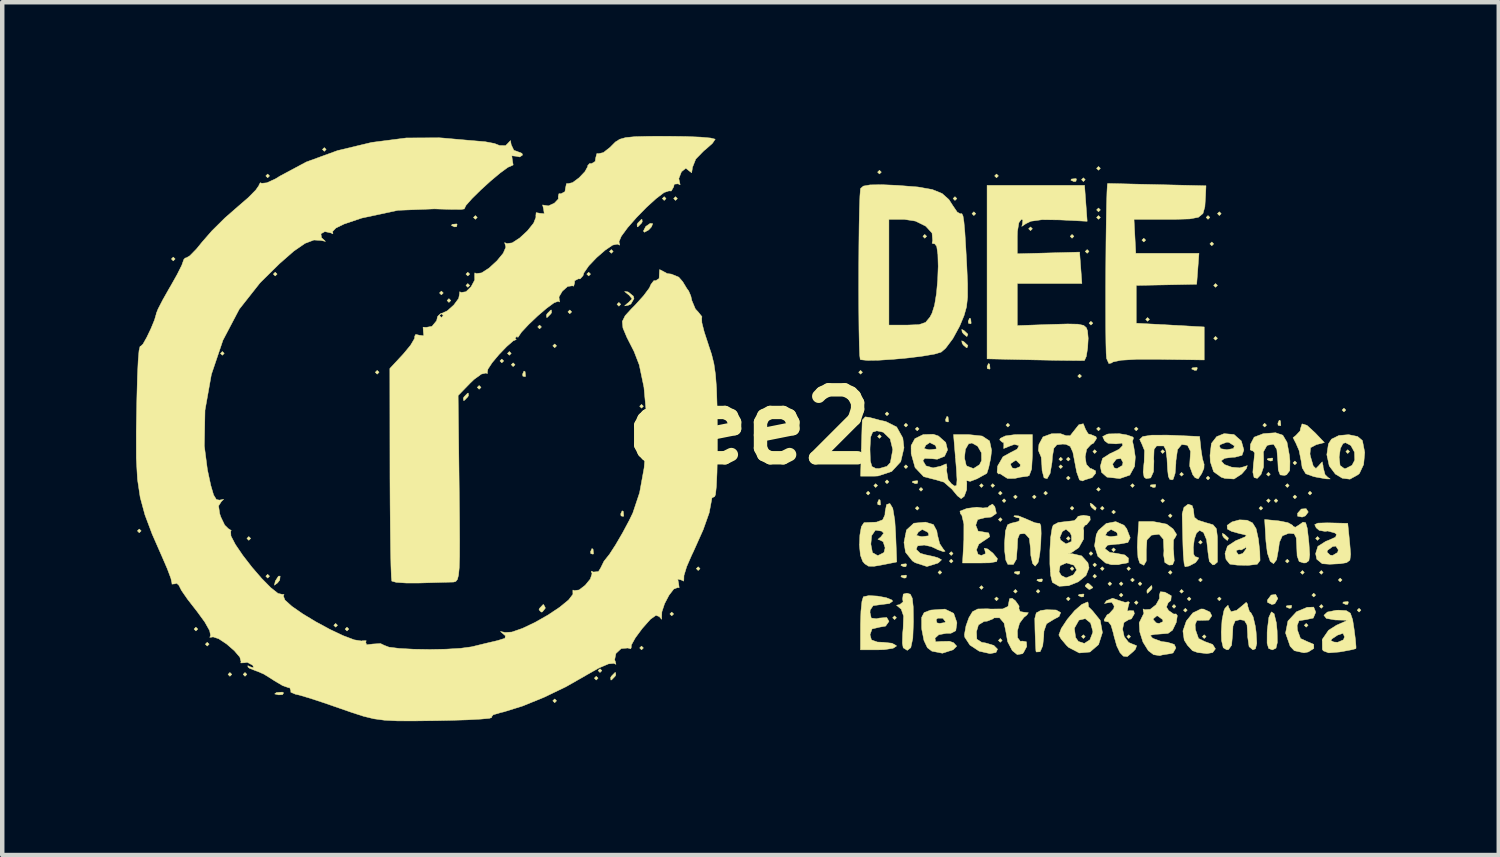
<source format=kicad_pcb>
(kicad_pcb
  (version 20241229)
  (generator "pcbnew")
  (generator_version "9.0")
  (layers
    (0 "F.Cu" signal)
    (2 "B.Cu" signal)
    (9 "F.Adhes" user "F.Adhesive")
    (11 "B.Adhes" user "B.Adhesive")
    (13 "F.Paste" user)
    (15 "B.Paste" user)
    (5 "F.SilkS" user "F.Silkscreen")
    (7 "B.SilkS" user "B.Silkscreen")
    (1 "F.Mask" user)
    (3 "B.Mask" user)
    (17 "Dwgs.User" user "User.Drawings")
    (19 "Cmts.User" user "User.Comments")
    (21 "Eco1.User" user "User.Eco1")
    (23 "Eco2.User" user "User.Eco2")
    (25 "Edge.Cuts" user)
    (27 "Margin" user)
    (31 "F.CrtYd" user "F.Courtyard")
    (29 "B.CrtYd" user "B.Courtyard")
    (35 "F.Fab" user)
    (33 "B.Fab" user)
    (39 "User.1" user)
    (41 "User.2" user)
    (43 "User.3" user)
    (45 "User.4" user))
  (footprint "dee2"
    (layer "F.Cu")
    (at 13.746 6.524)
    (property "Reference" "dee2" (at 0 0 0) (layer "F.SilkS") (effects (font (size 1.524 1.524) (thickness 0.3))))
    (attr through_hole)
    (fp_poly (pts (xy -13.631 2.328) (xy -13.674 2.371) (xy -13.716 2.328) (xy -13.674 2.286) (xy -13.631 2.328)) (stroke (width 0.01) (type solid)) (fill yes) (layer "F.SilkS"))
    (fp_poly (pts (xy -12.869 -3.768) (xy -12.912 -3.725) (xy -12.954 -3.768) (xy -12.912 -3.81) (xy -12.869 -3.768)) (stroke (width 0.01) (type solid)) (fill yes) (layer "F.SilkS"))
    (fp_poly (pts (xy -12.361 4.53) (xy -12.404 4.572) (xy -12.446 4.53) (xy -12.404 4.487) (xy -12.361 4.53)) (stroke (width 0.01) (type solid)) (fill yes) (layer "F.SilkS"))
    (fp_poly (pts (xy -12.107 4.868) (xy -12.15 4.911) (xy -12.192 4.868) (xy -12.15 4.826) (xy -12.107 4.868)) (stroke (width 0.01) (type solid)) (fill yes) (layer "F.SilkS"))
    (fp_poly (pts (xy -11.769 -1.651) (xy -11.811 -1.609) (xy -11.853 -1.651) (xy -11.811 -1.693) (xy -11.769 -1.651)) (stroke (width 0.01) (type solid)) (fill yes) (layer "F.SilkS"))
    (fp_poly (pts (xy -11.599 5.546) (xy -11.642 5.588) (xy -11.684 5.546) (xy -11.642 5.503) (xy -11.599 5.546)) (stroke (width 0.01) (type solid)) (fill yes) (layer "F.SilkS"))
    (fp_poly (pts (xy -11.261 5.546) (xy -11.303 5.588) (xy -11.345 5.546) (xy -11.303 5.503) (xy -11.261 5.546)) (stroke (width 0.01) (type solid)) (fill yes) (layer "F.SilkS"))
    (fp_poly (pts (xy -11.176 2.498) (xy -11.218 2.54) (xy -11.261 2.498) (xy -11.218 2.455) (xy -11.176 2.498)) (stroke (width 0.01) (type solid)) (fill yes) (layer "F.SilkS"))
    (fp_poly (pts (xy -10.753 -5.63) (xy -10.795 -5.588) (xy -10.837 -5.63) (xy -10.795 -5.673) (xy -10.753 -5.63)) (stroke (width 0.01) (type solid)) (fill yes) (layer "F.SilkS"))
    (fp_poly (pts (xy -10.753 3.344) (xy -10.795 3.387) (xy -10.837 3.344) (xy -10.795 3.302) (xy -10.753 3.344)) (stroke (width 0.01) (type solid)) (fill yes) (layer "F.SilkS"))
    (fp_poly (pts (xy -10.583 -3.429) (xy -10.626 -3.387) (xy -10.668 -3.429) (xy -10.626 -3.471) (xy -10.583 -3.429)) (stroke (width 0.01) (type solid)) (fill yes) (layer "F.SilkS"))
    (fp_poly (pts (xy -9.483 -6.223) (xy -9.525 -6.181) (xy -9.567 -6.223) (xy -9.525 -6.265) (xy -9.483 -6.223)) (stroke (width 0.01) (type solid)) (fill yes) (layer "F.SilkS"))
    (fp_poly (pts (xy -9.229 4.445) (xy -9.271 4.487) (xy -9.313 4.445) (xy -9.271 4.403) (xy -9.229 4.445)) (stroke (width 0.01) (type solid)) (fill yes) (layer "F.SilkS"))
    (fp_poly (pts (xy -8.975 4.53) (xy -9.017 4.572) (xy -9.059 4.53) (xy -9.017 4.487) (xy -8.975 4.53)) (stroke (width 0.01) (type solid)) (fill yes) (layer "F.SilkS"))
    (fp_poly (pts (xy -8.297 -1.228) (xy -8.34 -1.185) (xy -8.382 -1.228) (xy -8.34 -1.27) (xy -8.297 -1.228)) (stroke (width 0.01) (type solid)) (fill yes) (layer "F.SilkS"))
    (fp_poly (pts (xy -6.858 -3.006) (xy -6.9 -2.963) (xy -6.943 -3.006) (xy -6.9 -3.048) (xy -6.858 -3.006)) (stroke (width 0.01) (type solid)) (fill yes) (layer "F.SilkS"))
    (fp_poly (pts (xy -6.689 -2.836) (xy -6.731 -2.794) (xy -6.773 -2.836) (xy -6.731 -2.879) (xy -6.689 -2.836)) (stroke (width 0.01) (type solid)) (fill yes) (layer "F.SilkS"))
    (fp_poly (pts (xy -6.265 -3.429) (xy -6.308 -3.387) (xy -6.35 -3.429) (xy -6.308 -3.471) (xy -6.265 -3.429)) (stroke (width 0.01) (type solid)) (fill yes) (layer "F.SilkS"))
    (fp_poly (pts (xy -6.265 -3.175) (xy -6.308 -3.133) (xy -6.35 -3.175) (xy -6.308 -3.217) (xy -6.265 -3.175)) (stroke (width 0.01) (type solid)) (fill yes) (layer "F.SilkS"))
    (fp_poly (pts (xy -6.096 -4.699) (xy -6.138 -4.657) (xy -6.181 -4.699) (xy -6.138 -4.741) (xy -6.096 -4.699)) (stroke (width 0.01) (type solid)) (fill yes) (layer "F.SilkS"))
    (fp_poly (pts (xy -6.011 -0.889) (xy -6.054 -0.847) (xy -6.096 -0.889) (xy -6.054 -0.931) (xy -6.011 -0.889)) (stroke (width 0.01) (type solid)) (fill yes) (layer "F.SilkS"))
    (fp_poly (pts (xy -5.503 -1.482) (xy -5.546 -1.439) (xy -5.588 -1.482) (xy -5.546 -1.524) (xy -5.503 -1.482)) (stroke (width 0.01) (type solid)) (fill yes) (layer "F.SilkS"))
    (fp_poly (pts (xy -5.334 -1.651) (xy -5.376 -1.609) (xy -5.419 -1.651) (xy -5.376 -1.693) (xy -5.334 -1.651)) (stroke (width 0.01) (type solid)) (fill yes) (layer "F.SilkS"))
    (fp_poly (pts (xy -5.249 -1.397) (xy -5.292 -1.355) (xy -5.334 -1.397) (xy -5.292 -1.439) (xy -5.249 -1.397)) (stroke (width 0.01) (type solid)) (fill yes) (layer "F.SilkS"))
    (fp_poly (pts (xy -4.657 -2.244) (xy -4.699 -2.201) (xy -4.741 -2.244) (xy -4.699 -2.286) (xy -4.657 -2.244)) (stroke (width 0.01) (type solid)) (fill yes) (layer "F.SilkS"))
    (fp_poly (pts (xy -4.318 -1.82) (xy -4.36 -1.778) (xy -4.403 -1.82) (xy -4.36 -1.863) (xy -4.318 -1.82)) (stroke (width 0.01) (type solid)) (fill yes) (layer "F.SilkS"))
    (fp_poly (pts (xy -4.318 6.138) (xy -4.36 6.181) (xy -4.403 6.138) (xy -4.36 6.096) (xy -4.318 6.138)) (stroke (width 0.01) (type solid)) (fill yes) (layer "F.SilkS"))
    (fp_poly (pts (xy -3.979 -2.582) (xy -4.022 -2.54) (xy -4.064 -2.582) (xy -4.022 -2.625) (xy -3.979 -2.582)) (stroke (width 0.01) (type solid)) (fill yes) (layer "F.SilkS"))
    (fp_poly (pts (xy -3.556 -3.429) (xy -3.598 -3.387) (xy -3.641 -3.429) (xy -3.598 -3.471) (xy -3.556 -3.429)) (stroke (width 0.01) (type solid)) (fill yes) (layer "F.SilkS"))
    (fp_poly (pts (xy -3.387 5.63) (xy -3.429 5.673) (xy -3.471 5.63) (xy -3.429 5.588) (xy -3.387 5.63)) (stroke (width 0.01) (type solid)) (fill yes) (layer "F.SilkS"))
    (fp_poly (pts (xy -3.302 5.461) (xy -3.344 5.503) (xy -3.387 5.461) (xy -3.344 5.419) (xy -3.302 5.461)) (stroke (width 0.01) (type solid)) (fill yes) (layer "F.SilkS"))
    (fp_poly (pts (xy -3.048 -3.937) (xy -3.09 -3.895) (xy -3.133 -3.937) (xy -3.09 -3.979) (xy -3.048 -3.937)) (stroke (width 0.01) (type solid)) (fill yes) (layer "F.SilkS"))
    (fp_poly (pts (xy -2.879 -2.752) (xy -2.921 -2.709) (xy -2.963 -2.752) (xy -2.921 -2.794) (xy -2.879 -2.752)) (stroke (width 0.01) (type solid)) (fill yes) (layer "F.SilkS"))
    (fp_poly (pts (xy -2.371 -0.466) (xy -2.413 -0.423) (xy -2.455 -0.466) (xy -2.413 -0.508) (xy -2.371 -0.466)) (stroke (width 0.01) (type solid)) (fill yes) (layer "F.SilkS"))
    (fp_poly (pts (xy -2.371 4.953) (xy -2.413 4.995) (xy -2.455 4.953) (xy -2.413 4.911) (xy -2.371 4.953)) (stroke (width 0.01) (type solid)) (fill yes) (layer "F.SilkS"))
    (fp_poly (pts (xy -1.863 -5.122) (xy -1.905 -5.08) (xy -1.947 -5.122) (xy -1.905 -5.165) (xy -1.863 -5.122)) (stroke (width 0.01) (type solid)) (fill yes) (layer "F.SilkS"))
    (fp_poly (pts (xy -1.693 4.191) (xy -1.736 4.233) (xy -1.778 4.191) (xy -1.736 4.149) (xy -1.693 4.191)) (stroke (width 0.01) (type solid)) (fill yes) (layer "F.SilkS"))
    (fp_poly (pts (xy -1.609 -5.122) (xy -1.651 -5.08) (xy -1.693 -5.122) (xy -1.651 -5.165) (xy -1.609 -5.122)) (stroke (width 0.01) (type solid)) (fill yes) (layer "F.SilkS"))
    (fp_poly (pts (xy -1.101 3.175) (xy -1.143 3.217) (xy -1.185 3.175) (xy -1.143 3.133) (xy -1.101 3.175)) (stroke (width 0.01) (type solid)) (fill yes) (layer "F.SilkS"))
    (fp_poly (pts (xy 2.54 -1.228) (xy 2.498 -1.185) (xy 2.455 -1.228) (xy 2.498 -1.27) (xy 2.54 -1.228)) (stroke (width 0.01) (type solid)) (fill yes) (layer "F.SilkS"))
    (fp_poly (pts (xy 2.709 1.482) (xy 2.667 1.524) (xy 2.625 1.482) (xy 2.667 1.439) (xy 2.709 1.482)) (stroke (width 0.01) (type solid)) (fill yes) (layer "F.SilkS"))
    (fp_poly (pts (xy 2.879 1.312) (xy 2.836 1.355) (xy 2.794 1.312) (xy 2.836 1.27) (xy 2.879 1.312)) (stroke (width 0.01) (type solid)) (fill yes) (layer "F.SilkS"))
    (fp_poly (pts (xy 2.963 -5.715) (xy 2.921 -5.673) (xy 2.879 -5.715) (xy 2.921 -5.757) (xy 2.963 -5.715)) (stroke (width 0.01) (type solid)) (fill yes) (layer "F.SilkS"))
    (fp_poly (pts (xy 2.963 0.212) (xy 2.921 0.254) (xy 2.879 0.212) (xy 2.921 0.169) (xy 2.963 0.212)) (stroke (width 0.01) (type solid)) (fill yes) (layer "F.SilkS"))
    (fp_poly (pts (xy 3.133 -0.296) (xy 3.09 -0.254) (xy 3.048 -0.296) (xy 3.09 -0.339) (xy 3.133 -0.296)) (stroke (width 0.01) (type solid)) (fill yes) (layer "F.SilkS"))
    (fp_poly (pts (xy 3.133 1.228) (xy 3.09 1.27) (xy 3.048 1.228) (xy 3.09 1.185) (xy 3.133 1.228)) (stroke (width 0.01) (type solid)) (fill yes) (layer "F.SilkS"))
    (fp_poly (pts (xy 3.302 4.276) (xy 3.26 4.318) (xy 3.217 4.276) (xy 3.26 4.233) (xy 3.302 4.276)) (stroke (width 0.01) (type solid)) (fill yes) (layer "F.SilkS"))
    (fp_poly (pts (xy 3.556 -0.042) (xy 3.514 0) (xy 3.471 -0.042) (xy 3.514 -0.085) (xy 3.556 -0.042)) (stroke (width 0.01) (type solid)) (fill yes) (layer "F.SilkS"))
    (fp_poly (pts (xy 3.556 0.889) (xy 3.514 0.931) (xy 3.471 0.889) (xy 3.514 0.847) (xy 3.556 0.889)) (stroke (width 0.01) (type solid)) (fill yes) (layer "F.SilkS"))
    (fp_poly (pts (xy 3.81 0.042) (xy 3.768 0.085) (xy 3.725 0.042) (xy 3.768 0) (xy 3.81 0.042)) (stroke (width 0.01) (type solid)) (fill yes) (layer "F.SilkS"))
    (fp_poly (pts (xy 3.81 1.82) (xy 3.768 1.863) (xy 3.725 1.82) (xy 3.768 1.778) (xy 3.81 1.82)) (stroke (width 0.01) (type solid)) (fill yes) (layer "F.SilkS"))
    (fp_poly (pts (xy 3.895 1.397) (xy 3.852 1.439) (xy 3.81 1.397) (xy 3.852 1.355) (xy 3.895 1.397)) (stroke (width 0.01) (type solid)) (fill yes) (layer "F.SilkS"))
    (fp_poly (pts (xy 3.979 -4.276) (xy 3.937 -4.233) (xy 3.895 -4.276) (xy 3.937 -4.318) (xy 3.979 -4.276)) (stroke (width 0.01) (type solid)) (fill yes) (layer "F.SilkS"))
    (fp_poly (pts (xy 4.318 3.26) (xy 4.276 3.302) (xy 4.233 3.26) (xy 4.276 3.217) (xy 4.318 3.26)) (stroke (width 0.01) (type solid)) (fill yes) (layer "F.SilkS"))
    (fp_poly (pts (xy 4.572 2.836) (xy 4.53 2.879) (xy 4.487 2.836) (xy 4.53 2.794) (xy 4.572 2.836)) (stroke (width 0.01) (type solid)) (fill yes) (layer "F.SilkS"))
    (fp_poly (pts (xy 4.572 3.006) (xy 4.53 3.048) (xy 4.487 3.006) (xy 4.53 2.963) (xy 4.572 3.006)) (stroke (width 0.01) (type solid)) (fill yes) (layer "F.SilkS"))
    (fp_poly (pts (xy 4.657 -5.122) (xy 4.614 -5.08) (xy 4.572 -5.122) (xy 4.614 -5.165) (xy 4.657 -5.122)) (stroke (width 0.01) (type solid)) (fill yes) (layer "F.SilkS"))
    (fp_poly (pts (xy 5.08 -4.784) (xy 5.038 -4.741) (xy 4.995 -4.784) (xy 5.038 -4.826) (xy 5.08 -4.784)) (stroke (width 0.01) (type solid)) (fill yes) (layer "F.SilkS"))
    (fp_poly (pts (xy 5.249 1.312) (xy 5.207 1.355) (xy 5.165 1.312) (xy 5.207 1.27) (xy 5.249 1.312)) (stroke (width 0.01) (type solid)) (fill yes) (layer "F.SilkS"))
    (fp_poly (pts (xy 5.249 3.598) (xy 5.207 3.641) (xy 5.165 3.598) (xy 5.207 3.556) (xy 5.249 3.598)) (stroke (width 0.01) (type solid)) (fill yes) (layer "F.SilkS"))
    (fp_poly (pts (xy 5.503 1.312) (xy 5.461 1.355) (xy 5.419 1.312) (xy 5.461 1.27) (xy 5.503 1.312)) (stroke (width 0.01) (type solid)) (fill yes) (layer "F.SilkS"))
    (fp_poly (pts (xy 5.588 -5.63) (xy 5.546 -5.588) (xy 5.503 -5.63) (xy 5.546 -5.673) (xy 5.588 -5.63)) (stroke (width 0.01) (type solid)) (fill yes) (layer "F.SilkS"))
    (fp_poly (pts (xy 5.588 3.852) (xy 5.546 3.895) (xy 5.503 3.852) (xy 5.546 3.81) (xy 5.588 3.852)) (stroke (width 0.01) (type solid)) (fill yes) (layer "F.SilkS"))
    (fp_poly (pts (xy 5.673 1.482) (xy 5.63 1.524) (xy 5.588 1.482) (xy 5.63 1.439) (xy 5.673 1.482)) (stroke (width 0.01) (type solid)) (fill yes) (layer "F.SilkS"))
    (fp_poly (pts (xy 5.673 2.074) (xy 5.63 2.117) (xy 5.588 2.074) (xy 5.63 2.032) (xy 5.673 2.074)) (stroke (width 0.01) (type solid)) (fill yes) (layer "F.SilkS"))
    (fp_poly (pts (xy 5.673 4.784) (xy 5.63 4.826) (xy 5.588 4.784) (xy 5.63 4.741) (xy 5.673 4.784)) (stroke (width 0.01) (type solid)) (fill yes) (layer "F.SilkS"))
    (fp_poly (pts (xy 5.757 1.651) (xy 5.715 1.693) (xy 5.673 1.651) (xy 5.715 1.609) (xy 5.757 1.651)) (stroke (width 0.01) (type solid)) (fill yes) (layer "F.SilkS"))
    (fp_poly (pts (xy 5.842 -0.042) (xy 5.8 0) (xy 5.757 -0.042) (xy 5.8 -0.085) (xy 5.842 -0.042)) (stroke (width 0.01) (type solid)) (fill yes) (layer "F.SilkS"))
    (fp_poly (pts (xy 6.011 1.566) (xy 5.969 1.609) (xy 5.927 1.566) (xy 5.969 1.524) (xy 6.011 1.566)) (stroke (width 0.01) (type solid)) (fill yes) (layer "F.SilkS"))
    (fp_poly (pts (xy 6.011 3.683) (xy 5.969 3.725) (xy 5.927 3.683) (xy 5.969 3.641) (xy 6.011 3.683)) (stroke (width 0.01) (type solid)) (fill yes) (layer "F.SilkS"))
    (fp_poly (pts (xy 6.35 -4.445) (xy 6.308 -4.403) (xy 6.265 -4.445) (xy 6.308 -4.487) (xy 6.35 -4.445)) (stroke (width 0.01) (type solid)) (fill yes) (layer "F.SilkS"))
    (fp_poly (pts (xy 6.435 1.566) (xy 6.392 1.609) (xy 6.35 1.566) (xy 6.392 1.524) (xy 6.435 1.566)) (stroke (width 0.01) (type solid)) (fill yes) (layer "F.SilkS"))
    (fp_poly (pts (xy 6.519 3.683) (xy 6.477 3.725) (xy 6.435 3.683) (xy 6.477 3.641) (xy 6.519 3.683)) (stroke (width 0.01) (type solid)) (fill yes) (layer "F.SilkS"))
    (fp_poly (pts (xy 6.689 1.482) (xy 6.646 1.524) (xy 6.604 1.482) (xy 6.646 1.439) (xy 6.689 1.482)) (stroke (width 0.01) (type solid)) (fill yes) (layer "F.SilkS"))
    (fp_poly (pts (xy 7.027 0.72) (xy 6.985 0.762) (xy 6.943 0.72) (xy 6.985 0.677) (xy 7.027 0.72)) (stroke (width 0.01) (type solid)) (fill yes) (layer "F.SilkS"))
    (fp_poly (pts (xy 7.027 0.889) (xy 6.985 0.931) (xy 6.943 0.889) (xy 6.985 0.847) (xy 7.027 0.889)) (stroke (width 0.01) (type solid)) (fill yes) (layer "F.SilkS"))
    (fp_poly (pts (xy 7.197 0.72) (xy 7.154 0.762) (xy 7.112 0.72) (xy 7.154 0.677) (xy 7.197 0.72)) (stroke (width 0.01) (type solid)) (fill yes) (layer "F.SilkS"))
    (fp_poly (pts (xy 7.197 1.143) (xy 7.154 1.185) (xy 7.112 1.143) (xy 7.154 1.101) (xy 7.197 1.143)) (stroke (width 0.01) (type solid)) (fill yes) (layer "F.SilkS"))
    (fp_poly (pts (xy 7.197 2.498) (xy 7.154 2.54) (xy 7.112 2.498) (xy 7.154 2.455) (xy 7.197 2.498)) (stroke (width 0.01) (type solid)) (fill yes) (layer "F.SilkS"))
    (fp_poly (pts (xy 7.197 3.852) (xy 7.154 3.895) (xy 7.112 3.852) (xy 7.154 3.81) (xy 7.197 3.852)) (stroke (width 0.01) (type solid)) (fill yes) (layer "F.SilkS"))
    (fp_poly (pts (xy 7.281 -4.276) (xy 7.239 -4.233) (xy 7.197 -4.276) (xy 7.239 -4.318) (xy 7.281 -4.276)) (stroke (width 0.01) (type solid)) (fill yes) (layer "F.SilkS"))
    (fp_poly (pts (xy 7.281 1.82) (xy 7.239 1.863) (xy 7.197 1.82) (xy 7.239 1.778) (xy 7.281 1.82)) (stroke (width 0.01) (type solid)) (fill yes) (layer "F.SilkS"))
    (fp_poly (pts (xy 7.281 3.175) (xy 7.239 3.217) (xy 7.197 3.175) (xy 7.239 3.133) (xy 7.281 3.175)) (stroke (width 0.01) (type solid)) (fill yes) (layer "F.SilkS"))
    (fp_poly (pts (xy 7.451 -1.143) (xy 7.408 -1.101) (xy 7.366 -1.143) (xy 7.408 -1.185) (xy 7.451 -1.143)) (stroke (width 0.01) (type solid)) (fill yes) (layer "F.SilkS"))
    (fp_poly (pts (xy 7.535 -5.546) (xy 7.493 -5.503) (xy 7.451 -5.546) (xy 7.493 -5.588) (xy 7.535 -5.546)) (stroke (width 0.01) (type solid)) (fill yes) (layer "F.SilkS"))
    (fp_poly (pts (xy 7.535 4.699) (xy 7.493 4.741) (xy 7.451 4.699) (xy 7.493 4.657) (xy 7.535 4.699)) (stroke (width 0.01) (type solid)) (fill yes) (layer "F.SilkS"))
    (fp_poly (pts (xy 7.62 -3.937) (xy 7.578 -3.895) (xy 7.535 -3.937) (xy 7.578 -3.979) (xy 7.62 -3.937)) (stroke (width 0.01) (type solid)) (fill yes) (layer "F.SilkS"))
    (fp_poly (pts (xy 7.705 -2.328) (xy 7.662 -2.286) (xy 7.62 -2.328) (xy 7.662 -2.371) (xy 7.705 -2.328)) (stroke (width 0.01) (type solid)) (fill yes) (layer "F.SilkS"))
    (fp_poly (pts (xy 7.705 2.836) (xy 7.662 2.879) (xy 7.62 2.836) (xy 7.662 2.794) (xy 7.705 2.836)) (stroke (width 0.01) (type solid)) (fill yes) (layer "F.SilkS"))
    (fp_poly (pts (xy 7.789 0.55) (xy 7.747 0.593) (xy 7.705 0.55) (xy 7.747 0.508) (xy 7.789 0.55)) (stroke (width 0.01) (type solid)) (fill yes) (layer "F.SilkS"))
    (fp_poly (pts (xy 7.789 3.09) (xy 7.747 3.133) (xy 7.705 3.09) (xy 7.747 3.048) (xy 7.789 3.09)) (stroke (width 0.01) (type solid)) (fill yes) (layer "F.SilkS"))
    (fp_poly (pts (xy 7.789 3.344) (xy 7.747 3.387) (xy 7.705 3.344) (xy 7.747 3.302) (xy 7.789 3.344)) (stroke (width 0.01) (type solid)) (fill yes) (layer "F.SilkS"))
    (fp_poly (pts (xy 7.874 -5.8) (xy 7.832 -5.757) (xy 7.789 -5.8) (xy 7.832 -5.842) (xy 7.874 -5.8)) (stroke (width 0.01) (type solid)) (fill yes) (layer "F.SilkS"))
    (fp_poly (pts (xy 7.874 -4.868) (xy 7.832 -4.826) (xy 7.789 -4.868) (xy 7.832 -4.911) (xy 7.874 -4.868)) (stroke (width 0.01) (type solid)) (fill yes) (layer "F.SilkS"))
    (fp_poly (pts (xy 7.874 -4.699) (xy 7.832 -4.657) (xy 7.789 -4.699) (xy 7.832 -4.741) (xy 7.874 -4.699)) (stroke (width 0.01) (type solid)) (fill yes) (layer "F.SilkS"))
    (fp_poly (pts (xy 7.874 0.042) (xy 7.832 0.085) (xy 7.789 0.042) (xy 7.832 0) (xy 7.874 0.042)) (stroke (width 0.01) (type solid)) (fill yes) (layer "F.SilkS"))
    (fp_poly (pts (xy 7.874 1.397) (xy 7.832 1.439) (xy 7.789 1.397) (xy 7.832 1.355) (xy 7.874 1.397)) (stroke (width 0.01) (type solid)) (fill yes) (layer "F.SilkS"))
    (fp_poly (pts (xy 7.959 1.82) (xy 7.916 1.863) (xy 7.874 1.82) (xy 7.916 1.778) (xy 7.959 1.82)) (stroke (width 0.01) (type solid)) (fill yes) (layer "F.SilkS"))
    (fp_poly (pts (xy 7.959 3.175) (xy 7.916 3.217) (xy 7.874 3.175) (xy 7.916 3.133) (xy 7.959 3.175)) (stroke (width 0.01) (type solid)) (fill yes) (layer "F.SilkS"))
    (fp_poly (pts (xy 8.128 3.514) (xy 8.086 3.556) (xy 8.043 3.514) (xy 8.086 3.471) (xy 8.128 3.514)) (stroke (width 0.01) (type solid)) (fill yes) (layer "F.SilkS"))
    (fp_poly (pts (xy 8.213 1.905) (xy 8.17 1.947) (xy 8.128 1.905) (xy 8.17 1.863) (xy 8.213 1.905)) (stroke (width 0.01) (type solid)) (fill yes) (layer "F.SilkS"))
    (fp_poly (pts (xy 8.213 2.752) (xy 8.17 2.794) (xy 8.128 2.752) (xy 8.17 2.709) (xy 8.213 2.752)) (stroke (width 0.01) (type solid)) (fill yes) (layer "F.SilkS"))
    (fp_poly (pts (xy 8.382 3.514) (xy 8.34 3.556) (xy 8.297 3.514) (xy 8.34 3.471) (xy 8.382 3.514)) (stroke (width 0.01) (type solid)) (fill yes) (layer "F.SilkS"))
    (fp_poly (pts (xy 8.382 3.768) (xy 8.34 3.81) (xy 8.297 3.768) (xy 8.34 3.725) (xy 8.382 3.768)) (stroke (width 0.01) (type solid)) (fill yes) (layer "F.SilkS"))
    (fp_poly (pts (xy 8.551 3.175) (xy 8.509 3.217) (xy 8.467 3.175) (xy 8.509 3.133) (xy 8.551 3.175)) (stroke (width 0.01) (type solid)) (fill yes) (layer "F.SilkS"))
    (fp_poly (pts (xy 8.551 4.699) (xy 8.509 4.741) (xy 8.467 4.699) (xy 8.509 4.657) (xy 8.551 4.699)) (stroke (width 0.01) (type solid)) (fill yes) (layer "F.SilkS"))
    (fp_poly (pts (xy 8.636 1.312) (xy 8.594 1.355) (xy 8.551 1.312) (xy 8.594 1.27) (xy 8.636 1.312)) (stroke (width 0.01) (type solid)) (fill yes) (layer "F.SilkS"))
    (fp_poly (pts (xy 8.636 3.429) (xy 8.594 3.471) (xy 8.551 3.429) (xy 8.594 3.387) (xy 8.636 3.429)) (stroke (width 0.01) (type solid)) (fill yes) (layer "F.SilkS"))
    (fp_poly (pts (xy 8.721 0.042) (xy 8.678 0.085) (xy 8.636 0.042) (xy 8.678 0) (xy 8.721 0.042)) (stroke (width 0.01) (type solid)) (fill yes) (layer "F.SilkS"))
    (fp_poly (pts (xy 8.721 3.937) (xy 8.678 3.979) (xy 8.636 3.937) (xy 8.678 3.895) (xy 8.721 3.937)) (stroke (width 0.01) (type solid)) (fill yes) (layer "F.SilkS"))
    (fp_poly (pts (xy 8.805 3.514) (xy 8.763 3.556) (xy 8.721 3.514) (xy 8.763 3.471) (xy 8.805 3.514)) (stroke (width 0.01) (type solid)) (fill yes) (layer "F.SilkS"))
    (fp_poly (pts (xy 8.89 -4.191) (xy 8.848 -4.149) (xy 8.805 -4.191) (xy 8.848 -4.233) (xy 8.89 -4.191)) (stroke (width 0.01) (type solid)) (fill yes) (layer "F.SilkS"))
    (fp_poly (pts (xy 8.975 -2.413) (xy 8.932 -2.371) (xy 8.89 -2.413) (xy 8.932 -2.455) (xy 8.975 -2.413)) (stroke (width 0.01) (type solid)) (fill yes) (layer "F.SilkS"))
    (fp_poly (pts (xy 9.313 0.55) (xy 9.271 0.593) (xy 9.229 0.55) (xy 9.271 0.508) (xy 9.313 0.55)) (stroke (width 0.01) (type solid)) (fill yes) (layer "F.SilkS"))
    (fp_poly (pts (xy 9.313 1.651) (xy 9.271 1.693) (xy 9.229 1.651) (xy 9.271 1.609) (xy 9.313 1.651)) (stroke (width 0.01) (type solid)) (fill yes) (layer "F.SilkS"))
    (fp_poly (pts (xy 9.483 1.99) (xy 9.44 2.032) (xy 9.398 1.99) (xy 9.44 1.947) (xy 9.483 1.99)) (stroke (width 0.01) (type solid)) (fill yes) (layer "F.SilkS"))
    (fp_poly (pts (xy 9.483 3.26) (xy 9.44 3.302) (xy 9.398 3.26) (xy 9.44 3.217) (xy 9.483 3.26)) (stroke (width 0.01) (type solid)) (fill yes) (layer "F.SilkS"))
    (fp_poly (pts (xy 9.567 4.022) (xy 9.525 4.064) (xy 9.483 4.022) (xy 9.525 3.979) (xy 9.567 4.022)) (stroke (width 0.01) (type solid)) (fill yes) (layer "F.SilkS"))
    (fp_poly (pts (xy 9.737 1.058) (xy 9.694 1.101) (xy 9.652 1.058) (xy 9.694 1.016) (xy 9.737 1.058)) (stroke (width 0.01) (type solid)) (fill yes) (layer "F.SilkS"))
    (fp_poly (pts (xy 9.737 3.683) (xy 9.694 3.725) (xy 9.652 3.683) (xy 9.694 3.641) (xy 9.737 3.683)) (stroke (width 0.01) (type solid)) (fill yes) (layer "F.SilkS"))
    (fp_poly (pts (xy 9.821 4.106) (xy 9.779 4.149) (xy 9.737 4.106) (xy 9.779 4.064) (xy 9.821 4.106)) (stroke (width 0.01) (type solid)) (fill yes) (layer "F.SilkS"))
    (fp_poly (pts (xy 9.906 3.852) (xy 9.864 3.895) (xy 9.821 3.852) (xy 9.864 3.81) (xy 9.906 3.852)) (stroke (width 0.01) (type solid)) (fill yes) (layer "F.SilkS"))
    (fp_poly (pts (xy 10.16 2.582) (xy 10.118 2.625) (xy 10.075 2.582) (xy 10.118 2.54) (xy 10.16 2.582)) (stroke (width 0.01) (type solid)) (fill yes) (layer "F.SilkS"))
    (fp_poly (pts (xy 10.16 3.429) (xy 10.118 3.471) (xy 10.075 3.429) (xy 10.118 3.387) (xy 10.16 3.429)) (stroke (width 0.01) (type solid)) (fill yes) (layer "F.SilkS"))
    (fp_poly (pts (xy 10.245 4.699) (xy 10.202 4.741) (xy 10.16 4.699) (xy 10.202 4.657) (xy 10.245 4.699)) (stroke (width 0.01) (type solid)) (fill yes) (layer "F.SilkS"))
    (fp_poly (pts (xy 10.329 -4.699) (xy 10.287 -4.657) (xy 10.245 -4.699) (xy 10.287 -4.741) (xy 10.329 -4.699)) (stroke (width 0.01) (type solid)) (fill yes) (layer "F.SilkS"))
    (fp_poly (pts (xy 10.329 1.143) (xy 10.287 1.185) (xy 10.245 1.143) (xy 10.287 1.101) (xy 10.329 1.143)) (stroke (width 0.01) (type solid)) (fill yes) (layer "F.SilkS"))
    (fp_poly (pts (xy 10.414 -4.106) (xy 10.372 -4.064) (xy 10.329 -4.106) (xy 10.372 -4.149) (xy 10.414 -4.106)) (stroke (width 0.01) (type solid)) (fill yes) (layer "F.SilkS"))
    (fp_poly (pts (xy 10.499 -3.175) (xy 10.456 -3.133) (xy 10.414 -3.175) (xy 10.456 -3.217) (xy 10.499 -3.175)) (stroke (width 0.01) (type solid)) (fill yes) (layer "F.SilkS"))
    (fp_poly (pts (xy 10.499 -1.99) (xy 10.456 -1.947) (xy 10.414 -1.99) (xy 10.456 -2.032) (xy 10.499 -1.99)) (stroke (width 0.01) (type solid)) (fill yes) (layer "F.SilkS"))
    (fp_poly (pts (xy 10.583 -4.784) (xy 10.541 -4.741) (xy 10.499 -4.784) (xy 10.541 -4.826) (xy 10.583 -4.784)) (stroke (width 0.01) (type solid)) (fill yes) (layer "F.SilkS"))
    (fp_poly (pts (xy 10.583 3.852) (xy 10.541 3.895) (xy 10.499 3.852) (xy 10.541 3.81) (xy 10.583 3.852)) (stroke (width 0.01) (type solid)) (fill yes) (layer "F.SilkS"))
    (fp_poly (pts (xy 11.515 1.82) (xy 11.472 1.863) (xy 11.43 1.82) (xy 11.472 1.778) (xy 11.515 1.82)) (stroke (width 0.01) (type solid)) (fill yes) (layer "F.SilkS"))
    (fp_poly (pts (xy 11.599 -0.042) (xy 11.557 0) (xy 11.515 -0.042) (xy 11.557 -0.085) (xy 11.599 -0.042)) (stroke (width 0.01) (type solid)) (fill yes) (layer "F.SilkS"))
    (fp_poly (pts (xy 11.684 1.058) (xy 11.642 1.101) (xy 11.599 1.058) (xy 11.642 1.016) (xy 11.684 1.058)) (stroke (width 0.01) (type solid)) (fill yes) (layer "F.SilkS"))
    (fp_poly (pts (xy 11.684 1.651) (xy 11.642 1.693) (xy 11.599 1.651) (xy 11.642 1.609) (xy 11.684 1.651)) (stroke (width 0.01) (type solid)) (fill yes) (layer "F.SilkS"))
    (fp_poly (pts (xy 11.853 1.651) (xy 11.811 1.693) (xy 11.769 1.651) (xy 11.811 1.609) (xy 11.853 1.651)) (stroke (width 0.01) (type solid)) (fill yes) (layer "F.SilkS"))
    (fp_poly (pts (xy 12.107 1.312) (xy 12.065 1.355) (xy 12.023 1.312) (xy 12.065 1.27) (xy 12.107 1.312)) (stroke (width 0.01) (type solid)) (fill yes) (layer "F.SilkS"))
    (fp_poly (pts (xy 12.107 3.006) (xy 12.065 3.048) (xy 12.023 3.006) (xy 12.065 2.963) (xy 12.107 3.006)) (stroke (width 0.01) (type solid)) (fill yes) (layer "F.SilkS"))
    (fp_poly (pts (xy 12.277 0.804) (xy 12.234 0.847) (xy 12.192 0.804) (xy 12.234 0.762) (xy 12.277 0.804)) (stroke (width 0.01) (type solid)) (fill yes) (layer "F.SilkS"))
    (fp_poly (pts (xy 12.277 1.566) (xy 12.234 1.609) (xy 12.192 1.566) (xy 12.234 1.524) (xy 12.277 1.566)) (stroke (width 0.01) (type solid)) (fill yes) (layer "F.SilkS"))
    (fp_poly (pts (xy 12.446 3.26) (xy 12.404 3.302) (xy 12.361 3.26) (xy 12.404 3.217) (xy 12.446 3.26)) (stroke (width 0.01) (type solid)) (fill yes) (layer "F.SilkS"))
    (fp_poly (pts (xy 12.531 4.445) (xy 12.488 4.487) (xy 12.446 4.445) (xy 12.488 4.403) (xy 12.531 4.445)) (stroke (width 0.01) (type solid)) (fill yes) (layer "F.SilkS"))
    (fp_poly (pts (xy 12.615 1.482) (xy 12.573 1.524) (xy 12.531 1.482) (xy 12.573 1.439) (xy 12.615 1.482)) (stroke (width 0.01) (type solid)) (fill yes) (layer "F.SilkS"))
    (fp_poly (pts (xy 12.7 3.768) (xy 12.658 3.81) (xy 12.615 3.768) (xy 12.658 3.725) (xy 12.7 3.768)) (stroke (width 0.01) (type solid)) (fill yes) (layer "F.SilkS"))
    (fp_poly (pts (xy 12.785 2.498) (xy 12.742 2.54) (xy 12.7 2.498) (xy 12.742 2.455) (xy 12.785 2.498)) (stroke (width 0.01) (type solid)) (fill yes) (layer "F.SilkS"))
    (fp_poly (pts (xy 12.869 3.26) (xy 12.827 3.302) (xy 12.785 3.26) (xy 12.827 3.217) (xy 12.869 3.26)) (stroke (width 0.01) (type solid)) (fill yes) (layer "F.SilkS"))
    (fp_poly (pts (xy 12.869 4.022) (xy 12.827 4.064) (xy 12.785 4.022) (xy 12.827 3.979) (xy 12.869 4.022)) (stroke (width 0.01) (type solid)) (fill yes) (layer "F.SilkS"))
    (fp_poly (pts (xy 13.293 3.429) (xy 13.25 3.471) (xy 13.208 3.429) (xy 13.25 3.387) (xy 13.293 3.429)) (stroke (width 0.01) (type solid)) (fill yes) (layer "F.SilkS"))
    (fp_poly (pts (xy 13.377 -0.381) (xy 13.335 -0.339) (xy 13.293 -0.381) (xy 13.335 -0.423) (xy 13.377 -0.381)) (stroke (width 0.01) (type solid)) (fill yes) (layer "F.SilkS"))
    (fp_poly (pts (xy 13.462 0.55) (xy 13.42 0.593) (xy 13.377 0.55) (xy 13.42 0.508) (xy 13.462 0.55)) (stroke (width 0.01) (type solid)) (fill yes) (layer "F.SilkS"))
    (fp_poly (pts (xy 13.716 4.106) (xy 13.674 4.149) (xy 13.631 4.106) (xy 13.674 4.064) (xy 13.716 4.106)) (stroke (width 0.01) (type solid)) (fill yes) (layer "F.SilkS"))
    (fp_poly (pts (xy -10.437 5.96) (xy -10.462 5.999) (xy -10.548 6.005) (xy -10.638 5.984) (xy -10.599 5.953) (xy -10.467 5.943) (xy -10.437 5.96)) (stroke (width 0.01) (type solid)) (fill yes) (layer "F.SilkS"))
    (fp_poly (pts (xy -6.548 -4.544) (xy -6.559 -4.493) (xy -6.604 -4.487) (xy -6.674 -4.518) (xy -6.66 -4.544) (xy -6.56 -4.554) (xy -6.548 -4.544)) (stroke (width 0.01) (type solid)) (fill yes) (layer "F.SilkS"))
    (fp_poly (pts (xy -5.024 -1.242) (xy -5.013 -1.141) (xy -5.024 -1.129) (xy -5.074 -1.141) (xy -5.08 -1.185) (xy -5.049 -1.255) (xy -5.024 -1.242)) (stroke (width 0.01) (type solid)) (fill yes) (layer "F.SilkS"))
    (fp_poly (pts (xy -3.5 2.738) (xy -3.489 2.838) (xy -3.5 2.85) (xy -3.55 2.839) (xy -3.556 2.794) (xy -3.525 2.724) (xy -3.5 2.738)) (stroke (width 0.01) (type solid)) (fill yes) (layer "F.SilkS"))
    (fp_poly (pts (xy -2.822 1.891) (xy -2.812 1.991) (xy -2.822 2.004) (xy -2.873 1.992) (xy -2.879 1.947) (xy -2.848 1.878) (xy -2.822 1.891)) (stroke (width 0.01) (type solid)) (fill yes) (layer "F.SilkS"))
    (fp_poly (pts (xy 2.935 1.637) (xy 2.945 1.737) (xy 2.935 1.75) (xy 2.885 1.738) (xy 2.879 1.693) (xy 2.91 1.624) (xy 2.935 1.637)) (stroke (width 0.01) (type solid)) (fill yes) (layer "F.SilkS"))
    (fp_poly (pts (xy 3.528 3.076) (xy 3.516 3.127) (xy 3.471 3.133) (xy 3.402 3.102) (xy 3.415 3.076) (xy 3.515 3.066) (xy 3.528 3.076)) (stroke (width 0.01) (type solid)) (fill yes) (layer "F.SilkS"))
    (fp_poly (pts (xy 3.528 3.33) (xy 3.516 3.381) (xy 3.471 3.387) (xy 3.402 3.356) (xy 3.415 3.33) (xy 3.515 3.32) (xy 3.528 3.33)) (stroke (width 0.01) (type solid)) (fill yes) (layer "F.SilkS"))
    (fp_poly (pts (xy 3.782 1.214) (xy 3.77 1.264) (xy 3.725 1.27) (xy 3.656 1.239) (xy 3.669 1.214) (xy 3.769 1.203) (xy 3.782 1.214)) (stroke (width 0.01) (type solid)) (fill yes) (layer "F.SilkS"))
    (fp_poly (pts (xy 4.459 -0.226) (xy 4.469 -0.125) (xy 4.459 -0.113) (xy 4.409 -0.125) (xy 4.403 -0.169) (xy 4.434 -0.239) (xy 4.459 -0.226)) (stroke (width 0.01) (type solid)) (fill yes) (layer "F.SilkS"))
    (fp_poly (pts (xy 4.967 -2.427) (xy 4.977 -2.327) (xy 4.967 -2.314) (xy 4.917 -2.326) (xy 4.911 -2.371) (xy 4.942 -2.44) (xy 4.967 -2.427)) (stroke (width 0.01) (type solid)) (fill yes) (layer "F.SilkS"))
    (fp_poly (pts (xy 5.39 -1.411) (xy 5.401 -1.311) (xy 5.39 -1.298) (xy 5.34 -1.31) (xy 5.334 -1.355) (xy 5.365 -1.424) (xy 5.39 -1.411)) (stroke (width 0.01) (type solid)) (fill yes) (layer "F.SilkS"))
    (fp_poly (pts (xy 6.068 3.246) (xy 6.056 3.296) (xy 6.011 3.302) (xy 5.942 3.271) (xy 5.955 3.246) (xy 6.055 3.235) (xy 6.068 3.246)) (stroke (width 0.01) (type solid)) (fill yes) (layer "F.SilkS"))
    (fp_poly (pts (xy 6.576 3.415) (xy 6.564 3.465) (xy 6.519 3.471) (xy 6.45 3.44) (xy 6.463 3.415) (xy 6.563 3.405) (xy 6.576 3.415)) (stroke (width 0.01) (type solid)) (fill yes) (layer "F.SilkS"))
    (fp_poly (pts (xy 7.338 -5.56) (xy 7.326 -5.509) (xy 7.281 -5.503) (xy 7.212 -5.534) (xy 7.225 -5.56) (xy 7.325 -5.57) (xy 7.338 -5.56)) (stroke (width 0.01) (type solid)) (fill yes) (layer "F.SilkS"))
    (fp_poly (pts (xy 7.507 3.754) (xy 7.495 3.804) (xy 7.451 3.81) (xy 7.381 3.779) (xy 7.394 3.754) (xy 7.495 3.743) (xy 7.507 3.754)) (stroke (width 0.01) (type solid)) (fill yes) (layer "F.SilkS"))
    (fp_poly (pts (xy 9.116 1.298) (xy 9.104 1.349) (xy 9.059 1.355) (xy 8.99 1.324) (xy 9.003 1.298) (xy 9.103 1.288) (xy 9.116 1.298)) (stroke (width 0.01) (type solid)) (fill yes) (layer "F.SilkS"))
    (fp_poly (pts (xy 10.047 -1.326) (xy 10.035 -1.276) (xy 9.991 -1.27) (xy 9.921 -1.301) (xy 9.934 -1.326) (xy 10.035 -1.337) (xy 10.047 -1.326)) (stroke (width 0.01) (type solid)) (fill yes) (layer "F.SilkS"))
    (fp_poly (pts (xy 11.74 0.706) (xy 11.729 0.756) (xy 11.684 0.762) (xy 11.614 0.731) (xy 11.628 0.706) (xy 11.728 0.695) (xy 11.74 0.706)) (stroke (width 0.01) (type solid)) (fill yes) (layer "F.SilkS"))
    (fp_poly (pts (xy 11.91 -0.141) (xy 11.92 -0.041) (xy 11.91 -0.028) (xy 11.859 -0.04) (xy 11.853 -0.085) (xy 11.884 -0.154) (xy 11.91 -0.141)) (stroke (width 0.01) (type solid)) (fill yes) (layer "F.SilkS"))
    (fp_poly (pts (xy 12.164 4.008) (xy 12.152 4.058) (xy 12.107 4.064) (xy 12.038 4.033) (xy 12.051 4.008) (xy 12.151 3.997) (xy 12.164 4.008)) (stroke (width 0.01) (type solid)) (fill yes) (layer "F.SilkS"))
    (fp_poly (pts (xy 13.434 3.923) (xy 13.422 3.973) (xy 13.377 3.979) (xy 13.308 3.948) (xy 13.321 3.923) (xy 13.421 3.913) (xy 13.434 3.923)) (stroke (width 0.01) (type solid)) (fill yes) (layer "F.SilkS"))
    (fp_poly (pts (xy -10.525 3.432) (xy -10.573 3.494) (xy -10.644 3.547) (xy -10.626 3.463) (xy -10.62 3.447) (xy -10.553 3.343) (xy -10.515 3.342) (xy -10.525 3.432)) (stroke (width 0.01) (type solid)) (fill yes) (layer "F.SilkS"))
    (fp_poly (pts (xy -2.162 -4.559) (xy -2.191 -4.487) (xy -2.252 -4.42) (xy -2.348 -4.367) (xy -2.371 -4.394) (xy -2.319 -4.496) (xy -2.219 -4.566) (xy -2.162 -4.559)) (stroke (width 0.01) (type solid)) (fill yes) (layer "F.SilkS"))
    (fp_poly (pts (xy 4.813 -2.167) (xy 4.904 -2.082) (xy 4.885 -2.033) (xy 4.873 -2.032) (xy 4.802 -2.092) (xy 4.776 -2.13) (xy 4.766 -2.188) (xy 4.813 -2.167)) (stroke (width 0.01) (type solid)) (fill yes) (layer "F.SilkS"))
    (fp_poly (pts (xy 4.813 -1.913) (xy 4.904 -1.828) (xy 4.885 -1.779) (xy 4.873 -1.778) (xy 4.802 -1.838) (xy 4.776 -1.876) (xy 4.766 -1.934) (xy 4.813 -1.913)) (stroke (width 0.01) (type solid)) (fill yes) (layer "F.SilkS"))
    (fp_poly (pts (xy 7.692 1.728) (xy 7.782 1.813) (xy 7.764 1.862) (xy 7.752 1.863) (xy 7.68 1.803) (xy 7.654 1.765) (xy 7.644 1.707) (xy 7.692 1.728)) (stroke (width 0.01) (type solid)) (fill yes) (layer "F.SilkS"))
    (fp_poly (pts (xy 10.655 2.405) (xy 10.746 2.49) (xy 10.727 2.539) (xy 10.715 2.54) (xy 10.644 2.48) (xy 10.618 2.442) (xy 10.608 2.384) (xy 10.655 2.405)) (stroke (width 0.01) (type solid)) (fill yes) (layer "F.SilkS"))
    (fp_poly (pts (xy 11.853 3.845) (xy 11.785 3.962) (xy 11.719 3.979) (xy 11.621 3.93) (xy 11.619 3.879) (xy 11.703 3.767) (xy 11.804 3.753) (xy 11.853 3.845)) (stroke (width 0.01) (type solid)) (fill yes) (layer "F.SilkS"))
    (fp_poly (pts (xy 12.535 1.905) (xy 12.47 1.992) (xy 12.398 2.019) (xy 12.295 1.998) (xy 12.295 1.934) (xy 12.379 1.838) (xy 12.487 1.83) (xy 12.535 1.905)) (stroke (width 0.01) (type solid)) (fill yes) (layer "F.SilkS"))
    (fp_poly (pts (xy -6.292 -0.707) (xy -6.308 -0.677) (xy -6.387 -0.596) (xy -6.402 -0.593) (xy -6.408 -0.647) (xy -6.392 -0.677) (xy -6.313 -0.758) (xy -6.298 -0.762) (xy -6.292 -0.707)) (stroke (width 0.01) (type solid)) (fill yes) (layer "F.SilkS"))
    (fp_poly (pts (xy -4.573 4.045) (xy -4.572 4.064) (xy -4.637 4.145) (xy -4.662 4.149) (xy -4.712 4.097) (xy -4.699 4.064) (xy -4.623 3.983) (xy -4.609 3.979) (xy -4.573 4.045)) (stroke (width 0.01) (type solid)) (fill yes) (layer "F.SilkS"))
    (fp_poly (pts (xy -4.429 -2.57) (xy -4.445 -2.54) (xy -4.525 -2.459) (xy -4.54 -2.455) (xy -4.545 -2.51) (xy -4.53 -2.54) (xy -4.45 -2.621) (xy -4.435 -2.625) (xy -4.429 -2.57)) (stroke (width 0.01) (type solid)) (fill yes) (layer "F.SilkS"))
    (fp_poly (pts (xy -2.99 5.558) (xy -3.006 5.588) (xy -3.085 5.669) (xy -3.1 5.673) (xy -3.106 5.618) (xy -3.09 5.588) (xy -3.011 5.507) (xy -2.996 5.503) (xy -2.99 5.558)) (stroke (width 0.01) (type solid)) (fill yes) (layer "F.SilkS"))
    (fp_poly (pts (xy -2.397 -4.602) (xy -2.413 -4.572) (xy -2.493 -4.491) (xy -2.508 -4.487) (xy -2.513 -4.542) (xy -2.498 -4.572) (xy -2.418 -4.653) (xy -2.403 -4.657) (xy -2.397 -4.602)) (stroke (width 0.01) (type solid)) (fill yes) (layer "F.SilkS"))
    (fp_poly (pts (xy 7.62 3.514) (xy 7.701 3.59) (xy 7.705 3.603) (xy 7.639 3.64) (xy 7.62 3.641) (xy 7.539 3.576) (xy 7.535 3.551) (xy 7.587 3.5) (xy 7.62 3.514)) (stroke (width 0.01) (type solid)) (fill yes) (layer "F.SilkS"))
    (fp_poly (pts (xy 9.033 3.611) (xy 9.017 3.641) (xy 8.937 3.722) (xy 8.922 3.725) (xy 8.917 3.671) (xy 8.932 3.641) (xy 9.012 3.56) (xy 9.027 3.556) (xy 9.033 3.611)) (stroke (width 0.01) (type solid)) (fill yes) (layer "F.SilkS"))
    (fp_poly (pts (xy -2.736 -3.033) (xy -2.709 -3.026) (xy -2.596 -2.934) (xy -2.582 -2.879) (xy -2.651 -2.759) (xy -2.709 -2.731) (xy -2.793 -2.716) (xy -2.736 -2.768) (xy -2.709 -2.788) (xy -2.625 -2.874) (xy -2.69 -2.955) (xy -2.709 -2.97) (xy -2.793 -3.038) (xy -2.736 -3.033)) (stroke (width 0.01) (type solid)) (fill yes) (layer "F.SilkS"))
    (fp_poly (pts (xy 11.769 4.185) (xy 11.819 4.388) (xy 11.837 4.571) (xy 11.842 4.829) (xy 11.811 4.958) (xy 11.734 4.995) (xy 11.726 4.995) (xy 11.647 4.964) (xy 11.612 4.847) (xy 11.613 4.605) (xy 11.616 4.551) (xy 11.652 4.265) (xy 11.708 4.144) (xy 11.769 4.185)) (stroke (width 0.01) (type solid)) (fill yes) (layer "F.SilkS"))
    (fp_poly (pts (xy 6.883 4.102) (xy 6.984 4.16) (xy 6.948 4.248) (xy 6.821 4.316) (xy 6.667 4.411) (xy 6.609 4.577) (xy 6.604 4.692) (xy 6.582 4.904) (xy 6.527 5.031) (xy 6.519 5.038) (xy 6.437 5.043) (xy 6.429 5.021) (xy 6.422 4.903) (xy 6.413 4.678) (xy 6.408 4.54) (xy 6.404 4.292) (xy 6.437 4.167) (xy 6.532 4.115) (xy 6.663 4.096) (xy 6.883 4.102)) (stroke (width 0.01) (type solid)) (fill yes) (layer "F.SilkS"))
    (fp_poly (pts (xy 12.7 4.144) (xy 12.7 4.157) (xy 12.647 4.283) (xy 12.483 4.318) (xy 12.328 4.342) (xy 12.285 4.451) (xy 12.292 4.551) (xy 12.361 4.741) (xy 12.514 4.811) (xy 12.657 4.872) (xy 12.66 4.963) (xy 12.536 5.042) (xy 12.439 5.062) (xy 12.222 5.014) (xy 12.129 4.915) (xy 12.026 4.619) (xy 12.079 4.35) (xy 12.272 4.141) (xy 12.509 4.042) (xy 12.657 4.037) (xy 12.7 4.144)) (stroke (width 0.01) (type solid)) (fill yes) (layer "F.SilkS"))
    (fp_poly (pts (xy 3.613 3.748) (xy 3.657 3.838) (xy 3.678 4.03) (xy 3.683 4.357) (xy 3.683 4.36) (xy 3.669 4.733) (xy 3.624 4.946) (xy 3.545 5.007) (xy 3.454 4.95) (xy 3.435 4.845) (xy 3.441 4.634) (xy 3.452 4.518) (xy 3.462 4.237) (xy 3.409 4.084) (xy 3.377 4.057) (xy 3.304 3.995) (xy 3.375 3.981) (xy 3.451 3.92) (xy 3.441 3.852) (xy 3.455 3.745) (xy 3.537 3.725) (xy 3.613 3.748)) (stroke (width 0.01) (type solid)) (fill yes) (layer "F.SilkS"))
    (fp_poly (pts (xy 10.183 4.08) (xy 10.331 4.149) (xy 10.372 4.233) (xy 10.305 4.329) (xy 10.175 4.333) (xy 10.037 4.336) (xy 9.998 4.432) (xy 10.006 4.544) (xy 10.075 4.74) (xy 10.216 4.81) (xy 10.392 4.875) (xy 10.453 4.973) (xy 10.392 5.056) (xy 10.263 5.079) (xy 10.057 5.056) (xy 9.94 5.015) (xy 9.828 4.894) (xy 9.754 4.777) (xy 9.725 4.572) (xy 9.801 4.35) (xy 9.947 4.167) (xy 10.128 4.079) (xy 10.183 4.08)) (stroke (width 0.01) (type solid)) (fill yes) (layer "F.SilkS"))
    (fp_poly (pts (xy 9.36 2.177) (xy 9.505 2.286) (xy 9.583 2.408) (xy 9.563 2.455) (xy 9.514 2.531) (xy 9.51 2.73) (xy 9.516 2.786) (xy 9.53 3) (xy 9.493 3.088) (xy 9.414 3.095) (xy 9.319 3.036) (xy 9.293 2.871) (xy 9.299 2.773) (xy 9.287 2.516) (xy 9.191 2.403) (xy 9.019 2.424) (xy 8.918 2.531) (xy 8.903 2.758) (xy 8.903 2.758) (xy 8.903 3.005) (xy 8.849 3.099) (xy 8.757 3.051) (xy 8.717 2.926) (xy 8.702 2.697) (xy 8.708 2.544) (xy 8.737 2.117) (xy 9.049 2.117) (xy 9.36 2.177)) (stroke (width 0.01) (type solid)) (fill yes) (layer "F.SilkS"))
    (fp_poly (pts (xy 13.641 0.212) (xy 13.749 0.303) (xy 13.801 0.57) (xy 13.776 0.84) (xy 13.683 1.039) (xy 13.652 1.067) (xy 13.469 1.169) (xy 13.297 1.147) (xy 13.142 1.054) (xy 13.005 0.871) (xy 12.963 0.674) (xy 13.227 0.674) (xy 13.248 0.863) (xy 13.341 0.93) (xy 13.373 0.931) (xy 13.516 0.858) (xy 13.577 0.741) (xy 13.571 0.563) (xy 13.49 0.414) (xy 13.372 0.351) (xy 13.314 0.368) (xy 13.255 0.48) (xy 13.227 0.674) (xy 12.963 0.674) (xy 12.951 0.62) (xy 12.987 0.379) (xy 13.056 0.271) (xy 13.221 0.19) (xy 13.44 0.171) (xy 13.641 0.212)) (stroke (width 0.01) (type solid)) (fill yes) (layer "F.SilkS"))
    (fp_poly (pts (xy 11.874 2.104) (xy 12.079 2.144) (xy 12.187 2.205) (xy 12.192 2.221) (xy 12.243 2.248) (xy 12.321 2.2) (xy 12.417 2.132) (xy 12.476 2.145) (xy 12.512 2.267) (xy 12.542 2.524) (xy 12.55 2.603) (xy 12.567 2.864) (xy 12.548 2.997) (xy 12.484 3.044) (xy 12.434 3.048) (xy 12.331 3.015) (xy 12.285 2.889) (xy 12.277 2.703) (xy 12.266 2.485) (xy 12.218 2.392) (xy 12.107 2.383) (xy 12.086 2.386) (xy 11.953 2.44) (xy 11.888 2.585) (xy 11.869 2.731) (xy 11.825 2.974) (xy 11.757 3.064) (xy 11.682 3.01) (xy 11.618 2.824) (xy 11.586 2.561) (xy 11.557 2.073) (xy 11.874 2.104)) (stroke (width 0.01) (type solid)) (fill yes) (layer "F.SilkS"))
    (fp_poly (pts (xy 12.506 -0.038) (xy 12.692 0.133) (xy 12.896 0.348) (xy 12.714 0.395) (xy 12.586 0.463) (xy 12.573 0.605) (xy 12.586 0.666) (xy 12.647 0.874) (xy 12.707 0.93) (xy 12.783 0.853) (xy 12.788 0.844) (xy 12.848 0.78) (xy 12.867 0.869) (xy 12.868 0.903) (xy 12.912 1.068) (xy 12.975 1.129) (xy 13.027 1.164) (xy 12.935 1.162) (xy 12.72 1.124) (xy 12.658 1.111) (xy 12.479 1.047) (xy 12.399 0.914) (xy 12.376 0.762) (xy 12.329 0.526) (xy 12.254 0.354) (xy 12.249 0.346) (xy 12.194 0.238) (xy 12.255 0.191) (xy 12.352 0.087) (xy 12.361 0.035) (xy 12.396 -0.071) (xy 12.506 -0.038)) (stroke (width 0.01) (type solid)) (fill yes) (layer "F.SilkS"))
    (fp_poly (pts (xy 11.964 0.183) (xy 12.058 0.341) (xy 12.111 0.63) (xy 12.124 0.761) (xy 12.12 0.974) (xy 12.049 1.07) (xy 12.002 1.084) (xy 11.905 1.073) (xy 11.862 0.962) (xy 11.853 0.773) (xy 11.831 0.503) (xy 11.758 0.384) (xy 11.627 0.407) (xy 11.605 0.42) (xy 11.529 0.557) (xy 11.534 0.711) (xy 11.532 0.898) (xy 11.476 1.062) (xy 11.392 1.151) (xy 11.321 1.133) (xy 11.293 1.015) (xy 11.308 0.809) (xy 11.314 0.777) (xy 11.333 0.582) (xy 11.294 0.531) (xy 11.285 0.536) (xy 11.233 0.511) (xy 11.239 0.387) (xy 11.322 0.227) (xy 11.519 0.151) (xy 11.544 0.147) (xy 11.802 0.128) (xy 11.964 0.183)) (stroke (width 0.01) (type solid)) (fill yes) (layer "F.SilkS"))
    (fp_poly (pts (xy 2.703 -0.214) (xy 2.922 -0.155) (xy 3.062 -0.124) (xy 3.307 -0.001) (xy 3.445 0.246) (xy 3.471 0.466) (xy 3.398 0.777) (xy 3.196 0.996) (xy 2.891 1.097) (xy 2.812 1.101) (xy 2.498 1.101) (xy 2.515 0.529) (xy 2.515 0.508) (xy 2.709 0.508) (xy 2.717 0.76) (xy 2.752 0.885) (xy 2.836 0.928) (xy 2.912 0.931) (xy 3.089 0.881) (xy 3.166 0.797) (xy 3.22 0.506) (xy 3.161 0.266) (xy 3.006 0.116) (xy 2.862 0.085) (xy 2.769 0.113) (xy 2.723 0.225) (xy 2.71 0.459) (xy 2.709 0.508) (xy 2.515 0.508) (xy 2.524 0.222) (xy 2.531 -0.026) (xy 2.536 -0.154) (xy 2.602 -0.228) (xy 2.703 -0.214)) (stroke (width 0.01) (type solid)) (fill yes) (layer "F.SilkS"))
    (fp_poly (pts (xy 7.599 3.939) (xy 7.609 4.032) (xy 7.696 4.118) (xy 7.87 4.333) (xy 7.92 4.608) (xy 7.834 4.876) (xy 7.834 4.877) (xy 7.64 5.044) (xy 7.402 5.065) (xy 7.163 4.941) (xy 7.115 4.895) (xy 6.992 4.749) (xy 6.943 4.662) (xy 6.998 4.516) (xy 7.001 4.511) (xy 7.291 4.511) (xy 7.319 4.719) (xy 7.381 4.807) (xy 7.514 4.851) (xy 7.64 4.77) (xy 7.704 4.604) (xy 7.705 4.579) (xy 7.654 4.392) (xy 7.535 4.296) (xy 7.395 4.329) (xy 7.393 4.33) (xy 7.291 4.511) (xy 7.001 4.511) (xy 7.131 4.314) (xy 7.297 4.116) (xy 7.45 3.983) (xy 7.467 3.973) (xy 7.588 3.921) (xy 7.599 3.939)) (stroke (width 0.01) (type solid)) (fill yes) (layer "F.SilkS"))
    (fp_poly (pts (xy 11.175 3.972) (xy 11.176 4.009) (xy 11.217 4.138) (xy 11.249 4.163) (xy 11.299 4.256) (xy 11.347 4.462) (xy 11.365 4.593) (xy 11.381 4.848) (xy 11.351 4.971) (xy 11.293 4.995) (xy 11.208 4.923) (xy 11.176 4.7) (xy 11.176 4.657) (xy 11.162 4.435) (xy 11.104 4.337) (xy 11.007 4.318) (xy 10.896 4.346) (xy 10.847 4.461) (xy 10.837 4.657) (xy 10.816 4.892) (xy 10.747 4.989) (xy 10.71 4.995) (xy 10.629 4.948) (xy 10.591 4.787) (xy 10.585 4.593) (xy 10.602 4.326) (xy 10.644 4.118) (xy 10.668 4.064) (xy 10.736 3.995) (xy 10.751 4.043) (xy 10.802 4.14) (xy 10.929 4.109) (xy 11.043 4.016) (xy 11.144 3.93) (xy 11.175 3.972)) (stroke (width 0.01) (type solid)) (fill yes) (layer "F.SilkS"))
    (fp_poly (pts (xy 13.386 4.116) (xy 13.479 4.173) (xy 13.53 4.321) (xy 13.562 4.527) (xy 13.593 4.771) (xy 13.606 4.933) (xy 13.603 4.968) (xy 13.515 4.992) (xy 13.319 5.029) (xy 13.238 5.043) (xy 12.993 5.063) (xy 12.871 5.017) (xy 12.851 4.983) (xy 12.849 4.787) (xy 13.039 4.787) (xy 13.109 4.82) (xy 13.194 4.826) (xy 13.323 4.771) (xy 13.349 4.704) (xy 13.314 4.625) (xy 13.194 4.664) (xy 13.068 4.748) (xy 13.039 4.787) (xy 12.849 4.787) (xy 12.849 4.761) (xy 12.99 4.556) (xy 13.17 4.442) (xy 13.42 4.332) (xy 13.137 4.325) (xy 12.94 4.29) (xy 12.886 4.22) (xy 12.964 4.148) (xy 13.162 4.108) (xy 13.214 4.106) (xy 13.386 4.116)) (stroke (width 0.01) (type solid)) (fill yes) (layer "F.SilkS"))
    (fp_poly (pts (xy 2.877 3.79) (xy 3.073 3.826) (xy 3.2 3.878) (xy 3.217 3.904) (xy 3.144 3.957) (xy 2.966 3.979) (xy 2.963 3.979) (xy 2.779 4.005) (xy 2.713 4.103) (xy 2.709 4.158) (xy 2.737 4.283) (xy 2.853 4.298) (xy 2.921 4.283) (xy 3.084 4.27) (xy 3.133 4.354) (xy 3.133 4.359) (xy 3.059 4.463) (xy 2.921 4.487) (xy 2.755 4.527) (xy 2.709 4.657) (xy 2.742 4.773) (xy 2.872 4.82) (xy 3.006 4.826) (xy 3.202 4.847) (xy 3.299 4.9) (xy 3.302 4.911) (xy 3.226 4.96) (xy 3.033 4.99) (xy 2.898 4.995) (xy 2.495 4.995) (xy 2.496 4.424) (xy 2.506 4.129) (xy 2.529 3.907) (xy 2.56 3.806) (xy 2.683 3.779) (xy 2.877 3.79)) (stroke (width 0.01) (type solid)) (fill yes) (layer "F.SilkS"))
    (fp_poly (pts (xy 4.585 4.176) (xy 4.656 4.381) (xy 4.657 4.396) (xy 4.632 4.567) (xy 4.524 4.623) (xy 4.432 4.623) (xy 4.251 4.656) (xy 4.166 4.733) (xy 4.18 4.816) (xy 4.297 4.807) (xy 4.492 4.803) (xy 4.584 4.836) (xy 4.653 4.913) (xy 4.572 4.994) (xy 4.333 5.071) (xy 4.097 5.025) (xy 3.996 4.948) (xy 3.919 4.785) (xy 3.871 4.542) (xy 3.867 4.488) (xy 3.867 4.317) (xy 4.192 4.317) (xy 4.21 4.39) (xy 4.271 4.403) (xy 4.387 4.383) (xy 4.403 4.365) (xy 4.341 4.286) (xy 4.229 4.285) (xy 4.192 4.317) (xy 3.867 4.317) (xy 3.867 4.268) (xy 3.923 4.16) (xy 4.064 4.106) (xy 4.081 4.103) (xy 4.39 4.082) (xy 4.585 4.176)) (stroke (width 0.01) (type solid)) (fill yes) (layer "F.SilkS"))
    (fp_poly (pts (xy 13.017 2.149) (xy 13.42 2.159) (xy 13.464 2.597) (xy 13.485 2.852) (xy 13.468 2.985) (xy 13.393 3.041) (xy 13.252 3.064) (xy 13.016 3.076) (xy 12.848 3.064) (xy 12.726 2.964) (xy 12.7 2.838) (xy 12.711 2.803) (xy 12.954 2.803) (xy 13.023 2.87) (xy 13.081 2.879) (xy 13.193 2.812) (xy 13.208 2.754) (xy 13.152 2.669) (xy 13.081 2.679) (xy 12.969 2.762) (xy 12.954 2.803) (xy 12.711 2.803) (xy 12.751 2.675) (xy 12.929 2.562) (xy 12.975 2.545) (xy 13.147 2.469) (xy 13.168 2.406) (xy 13.131 2.375) (xy 12.971 2.331) (xy 12.912 2.34) (xy 12.78 2.316) (xy 12.713 2.259) (xy 12.679 2.188) (xy 12.75 2.154) (xy 12.956 2.148) (xy 13.017 2.149)) (stroke (width 0.01) (type solid)) (fill yes) (layer "F.SilkS"))
    (fp_poly (pts (xy 8.404 2.202) (xy 8.464 2.28) (xy 8.543 2.483) (xy 8.491 2.589) (xy 8.294 2.624) (xy 8.248 2.625) (xy 8.035 2.648) (xy 7.978 2.72) (xy 7.981 2.731) (xy 8.083 2.809) (xy 8.24 2.833) (xy 8.421 2.868) (xy 8.504 2.939) (xy 8.5 3.037) (xy 8.471 3.048) (xy 8.326 3.072) (xy 8.283 3.085) (xy 8.119 3.085) (xy 7.991 3.049) (xy 7.817 2.898) (xy 7.743 2.663) (xy 7.78 2.43) (xy 7.985 2.43) (xy 8.087 2.455) (xy 8.128 2.455) (xy 8.263 2.438) (xy 8.249 2.374) (xy 8.23 2.354) (xy 8.114 2.296) (xy 8.026 2.354) (xy 7.985 2.43) (xy 7.78 2.43) (xy 7.784 2.407) (xy 7.83 2.319) (xy 8.007 2.161) (xy 8.219 2.121) (xy 8.404 2.202)) (stroke (width 0.01) (type solid)) (fill yes) (layer "F.SilkS"))
    (fp_poly (pts (xy 8.467 0.177) (xy 8.601 0.223) (xy 8.617 0.246) (xy 8.594 0.319) (xy 8.623 0.445) (xy 8.657 0.672) (xy 8.642 0.88) (xy 8.533 1.078) (xy 8.309 1.155) (xy 8.022 1.123) (xy 7.9 1.016) (xy 7.874 0.878) (xy 7.887 0.831) (xy 8.147 0.831) (xy 8.184 0.917) (xy 8.248 0.931) (xy 8.365 0.863) (xy 8.382 0.797) (xy 8.333 0.705) (xy 8.231 0.719) (xy 8.147 0.831) (xy 7.887 0.831) (xy 7.923 0.703) (xy 8.098 0.591) (xy 8.128 0.58) (xy 8.295 0.497) (xy 8.377 0.412) (xy 8.36 0.36) (xy 8.226 0.377) (xy 8.225 0.377) (xy 8.046 0.365) (xy 7.969 0.308) (xy 7.925 0.213) (xy 8.025 0.161) (xy 8.063 0.154) (xy 8.299 0.149) (xy 8.467 0.177)) (stroke (width 0.01) (type solid)) (fill yes) (layer "F.SilkS"))
    (fp_poly (pts (xy 10.869 0.167) (xy 11.034 0.312) (xy 11.091 0.514) (xy 11.049 0.634) (xy 10.893 0.676) (xy 10.837 0.677) (xy 10.659 0.701) (xy 10.583 0.759) (xy 10.583 0.76) (xy 10.655 0.841) (xy 10.819 0.9) (xy 10.996 0.916) (xy 11.087 0.892) (xy 11.169 0.864) (xy 11.146 0.934) (xy 11.043 1.052) (xy 10.87 1.165) (xy 10.664 1.151) (xy 10.583 1.124) (xy 10.413 1.001) (xy 10.339 0.78) (xy 10.332 0.635) (xy 10.357 0.423) (xy 10.541 0.423) (xy 10.571 0.486) (xy 10.71 0.508) (xy 10.857 0.482) (xy 10.88 0.423) (xy 10.757 0.345) (xy 10.71 0.339) (xy 10.568 0.392) (xy 10.541 0.423) (xy 10.357 0.423) (xy 10.364 0.367) (xy 10.481 0.215) (xy 10.648 0.148) (xy 10.869 0.167)) (stroke (width 0.01) (type solid)) (fill yes) (layer "F.SilkS"))
    (fp_poly (pts (xy 6.039 1.992) (xy 6.214 2.063) (xy 6.225 2.068) (xy 6.406 2.146) (xy 6.513 2.162) (xy 6.516 2.161) (xy 6.54 2.215) (xy 6.546 2.382) (xy 6.538 2.607) (xy 6.517 2.834) (xy 6.486 3.008) (xy 6.476 3.039) (xy 6.412 3.119) (xy 6.354 3.057) (xy 6.315 2.88) (xy 6.308 2.725) (xy 6.281 2.497) (xy 6.191 2.397) (xy 6.16 2.388) (xy 6.063 2.399) (xy 6.02 2.508) (xy 6.011 2.698) (xy 5.991 2.963) (xy 5.923 3.082) (xy 5.8 3.079) (xy 5.754 2.984) (xy 5.728 2.775) (xy 5.726 2.604) (xy 5.746 2.33) (xy 5.794 2.192) (xy 5.868 2.158) (xy 6.024 2.121) (xy 6.062 2.094) (xy 6.056 2.039) (xy 6.011 2.032) (xy 5.935 2.007) (xy 5.942 1.988) (xy 6.039 1.992)) (stroke (width 0.01) (type solid)) (fill yes) (layer "F.SilkS"))
    (fp_poly (pts (xy 3.22 1.822) (xy 3.265 2.09) (xy 3.284 2.387) (xy 3.309 3.025) (xy 3.041 3.079) (xy 2.806 3.121) (xy 2.676 3.12) (xy 2.593 3.067) (xy 2.546 3.013) (xy 2.494 2.873) (xy 2.473 2.656) (xy 2.474 2.626) (xy 2.728 2.626) (xy 2.764 2.816) (xy 2.873 2.878) (xy 2.892 2.879) (xy 3.023 2.813) (xy 3.048 2.709) (xy 3.004 2.571) (xy 2.942 2.539) (xy 2.887 2.517) (xy 2.951 2.465) (xy 3.016 2.381) (xy 2.972 2.334) (xy 2.831 2.311) (xy 2.746 2.435) (xy 2.728 2.626) (xy 2.474 2.626) (xy 2.482 2.423) (xy 2.516 2.232) (xy 2.575 2.144) (xy 2.582 2.143) (xy 2.853 2.132) (xy 2.993 2.081) (xy 3.044 1.97) (xy 3.048 1.898) (xy 3.081 1.738) (xy 3.154 1.714) (xy 3.22 1.822)) (stroke (width 0.01) (type solid)) (fill yes) (layer "F.SilkS"))
    (fp_poly (pts (xy 7.578 -4.613) (xy 6.963 -4.644) (xy 6.568 -4.649) (xy 6.316 -4.614) (xy 6.205 -4.56) (xy 6.112 -4.498) (xy 6.127 -4.551) (xy 6.136 -4.643) (xy 6.101 -4.657) (xy 6.047 -4.581) (xy 6.015 -4.386) (xy 6.011 -4.27) (xy 6.011 -3.884) (xy 6.71 -3.903) (xy 7.408 -3.922) (xy 7.434 -3.57) (xy 7.46 -3.217) (xy 6.011 -3.217) (xy 6.011 -2.274) (xy 6.777 -2.301) (xy 7.141 -2.311) (xy 7.371 -2.306) (xy 7.499 -2.279) (xy 7.561 -2.225) (xy 7.586 -2.155) (xy 7.601 -1.989) (xy 7.589 -1.775) (xy 7.559 -1.585) (xy 7.518 -1.493) (xy 7.518 -1.492) (xy 7.429 -1.49) (xy 7.203 -1.492) (xy 6.874 -1.496) (xy 6.473 -1.504) (xy 6.413 -1.505) (xy 5.334 -1.529) (xy 5.334 -5.419) (xy 7.519 -5.419) (xy 7.578 -4.613)) (stroke (width 0.01) (type solid)) (fill yes) (layer "F.SilkS"))
    (fp_poly (pts (xy 4.131 2.186) (xy 4.207 2.329) (xy 4.22 2.413) (xy 4.271 2.614) (xy 4.347 2.729) (xy 4.393 2.784) (xy 4.353 2.793) (xy 4.214 2.745) (xy 4.202 2.734) (xy 4.079 2.679) (xy 3.925 2.646) (xy 3.774 2.664) (xy 3.745 2.743) (xy 3.834 2.829) (xy 3.944 2.862) (xy 4.15 2.907) (xy 4.231 2.931) (xy 4.313 2.977) (xy 4.244 3.043) (xy 4.231 3.051) (xy 3.985 3.127) (xy 3.721 3.041) (xy 3.66 3.001) (xy 3.506 2.807) (xy 3.471 2.588) (xy 3.503 2.43) (xy 3.751 2.43) (xy 3.854 2.455) (xy 3.895 2.455) (xy 4.029 2.438) (xy 4.016 2.374) (xy 3.996 2.354) (xy 3.881 2.296) (xy 3.793 2.354) (xy 3.751 2.43) (xy 3.503 2.43) (xy 3.527 2.308) (xy 3.692 2.156) (xy 3.953 2.132) (xy 4.131 2.186)) (stroke (width 0.01) (type solid)) (fill yes) (layer "F.SilkS"))
    (fp_poly (pts (xy 5.508 1.786) (xy 5.543 1.936) (xy 5.426 2.018) (xy 5.287 2.032) (xy 5.123 2.074) (xy 5.08 2.2) (xy 5.133 2.334) (xy 5.228 2.349) (xy 5.371 2.374) (xy 5.394 2.459) (xy 5.281 2.538) (xy 5.275 2.54) (xy 5.148 2.626) (xy 5.096 2.753) (xy 5.133 2.855) (xy 5.208 2.879) (xy 5.299 2.839) (xy 5.292 2.794) (xy 5.272 2.716) (xy 5.347 2.734) (xy 5.467 2.83) (xy 5.566 2.95) (xy 5.549 3.016) (xy 5.397 3.044) (xy 5.186 3.048) (xy 4.784 3.048) (xy 4.813 2.529) (xy 4.814 2.173) (xy 4.768 1.978) (xy 4.738 1.945) (xy 4.726 1.886) (xy 4.875 1.828) (xy 4.897 1.823) (xy 5.106 1.797) (xy 5.24 1.815) (xy 5.241 1.815) (xy 5.351 1.804) (xy 5.381 1.77) (xy 5.456 1.728) (xy 5.508 1.786)) (stroke (width 0.01) (type solid)) (fill yes) (layer "F.SilkS"))
    (fp_poly (pts (xy 8.277 3.884) (xy 8.432 3.932) (xy 8.502 3.915) (xy 8.524 3.931) (xy 8.499 4.017) (xy 8.478 4.127) (xy 8.537 4.115) (xy 8.622 4.121) (xy 8.636 4.186) (xy 8.57 4.301) (xy 8.509 4.318) (xy 8.403 4.382) (xy 8.372 4.531) (xy 8.409 4.701) (xy 8.508 4.829) (xy 8.562 4.853) (xy 8.687 4.903) (xy 8.659 4.982) (xy 8.611 5.033) (xy 8.478 5.146) (xy 8.389 5.137) (xy 8.315 5.059) (xy 8.242 4.909) (xy 8.177 4.678) (xy 8.169 4.636) (xy 8.114 4.446) (xy 8.051 4.363) (xy 8.034 4.366) (xy 7.963 4.35) (xy 7.959 4.32) (xy 8.026 4.21) (xy 8.072 4.185) (xy 8.174 4.073) (xy 8.184 4.014) (xy 8.13 3.927) (xy 8.05 3.938) (xy 7.966 3.956) (xy 8.013 3.892) (xy 8.15 3.838) (xy 8.277 3.884)) (stroke (width 0.01) (type solid)) (fill yes) (layer "F.SilkS"))
    (fp_poly (pts (xy 9.93 1.759) (xy 9.959 1.841) (xy 9.977 1.998) (xy 9.98 2.021) (xy 10.061 2.088) (xy 10.242 2.146) (xy 10.245 2.146) (xy 10.401 2.192) (xy 10.475 2.28) (xy 10.498 2.463) (xy 10.499 2.58) (xy 10.499 3.027) (xy 10.431 3.086) (xy 10.393 3.09) (xy 10.317 3.012) (xy 10.285 2.799) (xy 10.284 2.774) (xy 10.255 2.527) (xy 10.187 2.364) (xy 10.098 2.317) (xy 10.028 2.378) (xy 9.98 2.517) (xy 9.958 2.695) (xy 9.964 2.848) (xy 10 2.912) (xy 10.012 2.908) (xy 10.073 2.929) (xy 10.075 2.949) (xy 10.008 3.039) (xy 9.863 3.115) (xy 9.772 3.133) (xy 9.751 3.056) (xy 9.733 2.857) (xy 9.725 2.646) (xy 9.717 2.336) (xy 9.71 2.065) (xy 9.708 1.947) (xy 9.748 1.801) (xy 9.841 1.73) (xy 9.93 1.759)) (stroke (width 0.01) (type solid)) (fill yes) (layer "F.SilkS"))
    (fp_poly (pts (xy 11.163 2.089) (xy 11.285 2.149) (xy 11.365 2.278) (xy 11.417 2.512) (xy 11.448 2.794) (xy 11.454 2.992) (xy 11.392 3.076) (xy 11.214 3.098) (xy 11.177 3.1) (xy 10.946 3.096) (xy 10.782 3.074) (xy 10.774 3.071) (xy 10.691 2.967) (xy 10.668 2.838) (xy 10.682 2.796) (xy 10.922 2.796) (xy 10.971 2.862) (xy 11.067 2.834) (xy 11.14 2.736) (xy 11.143 2.723) (xy 11.137 2.68) (xy 11.12 2.708) (xy 11.028 2.758) (xy 10.999 2.747) (xy 10.928 2.763) (xy 10.922 2.796) (xy 10.682 2.796) (xy 10.723 2.67) (xy 10.911 2.547) (xy 10.943 2.535) (xy 11.119 2.462) (xy 11.147 2.425) (xy 11.039 2.398) (xy 11.007 2.392) (xy 10.816 2.339) (xy 10.722 2.287) (xy 10.716 2.204) (xy 10.825 2.127) (xy 10.993 2.081) (xy 11.163 2.089)) (stroke (width 0.01) (type solid)) (fill yes) (layer "F.SilkS"))
    (fp_poly (pts (xy 6.35 0.635) (xy 6.333 0.941) (xy 6.279 1.087) (xy 6.244 1.102) (xy 6.079 1.124) (xy 5.957 1.152) (xy 5.791 1.153) (xy 5.719 1.107) (xy 5.625 1.046) (xy 5.594 1.054) (xy 5.559 1.016) (xy 5.569 0.878) (xy 5.591 0.84) (xy 5.858 0.84) (xy 5.899 0.918) (xy 5.969 0.931) (xy 6.074 0.888) (xy 6.08 0.84) (xy 5.992 0.753) (xy 5.969 0.749) (xy 5.87 0.815) (xy 5.858 0.84) (xy 5.591 0.84) (xy 5.69 0.667) (xy 5.853 0.576) (xy 6.008 0.496) (xy 6.05 0.418) (xy 6.048 0.415) (xy 5.946 0.389) (xy 5.827 0.432) (xy 5.706 0.482) (xy 5.708 0.435) (xy 5.71 0.432) (xy 5.708 0.348) (xy 5.673 0.339) (xy 5.617 0.287) (xy 5.63 0.254) (xy 5.741 0.2) (xy 5.952 0.171) (xy 6.016 0.169) (xy 6.35 0.169) (xy 6.35 0.635)) (stroke (width 0.01) (type solid)) (fill yes) (layer "F.SilkS"))
    (fp_poly (pts (xy 8.119 -5.459) (xy 8.338 -5.454) (xy 8.663 -5.446) (xy 9.063 -5.437) (xy 9.143 -5.435) (xy 10.242 -5.409) (xy 10.232 -5.181) (xy 10.217 -4.94) (xy 10.174 -4.787) (xy 10.072 -4.703) (xy 9.878 -4.666) (xy 9.56 -4.657) (xy 9.388 -4.657) (xy 8.628 -4.657) (xy 8.668 -3.895) (xy 10.085 -3.895) (xy 10.033 -3.202) (xy 9.356 -3.188) (xy 8.678 -3.175) (xy 8.678 -2.328) (xy 10.202 -2.244) (xy 10.202 -1.504) (xy 9.194 -1.518) (xy 8.683 -1.518) (xy 8.338 -1.498) (xy 8.155 -1.459) (xy 8.126 -1.437) (xy 8.064 -1.423) (xy 8.013 -1.538) (xy 8.004 -1.652) (xy 7.998 -1.9) (xy 7.994 -2.254) (xy 7.993 -2.684) (xy 7.993 -3.163) (xy 7.996 -3.661) (xy 8 -4.149) (xy 8.006 -4.599) (xy 8.013 -4.983) (xy 8.022 -5.271) (xy 8.031 -5.434) (xy 8.037 -5.461) (xy 8.119 -5.459)) (stroke (width 0.01) (type solid)) (fill yes) (layer "F.SilkS"))
    (fp_poly (pts (xy 9.524 0.186) (xy 10.099 0.212) (xy 10.13 0.502) (xy 10.162 0.708) (xy 10.197 0.826) (xy 10.2 0.831) (xy 10.196 0.925) (xy 10.146 1.042) (xy 10.067 1.161) (xy 9.997 1.135) (xy 9.946 1.07) (xy 9.876 0.876) (xy 9.882 0.759) (xy 9.896 0.545) (xy 9.827 0.408) (xy 9.698 0.391) (xy 9.604 0.504) (xy 9.568 0.757) (xy 9.567 0.813) (xy 9.55 1.037) (xy 9.507 1.17) (xy 9.483 1.185) (xy 9.429 1.172) (xy 9.398 1.105) (xy 9.38 0.944) (xy 9.367 0.699) (xy 9.342 0.512) (xy 9.297 0.425) (xy 9.292 0.424) (xy 9.153 0.423) (xy 9.135 0.423) (xy 9.078 0.5) (xy 9.07 0.713) (xy 9.074 0.76) (xy 9.066 0.999) (xy 9.002 1.141) (xy 8.9 1.156) (xy 8.855 1.122) (xy 8.834 1.012) (xy 8.852 0.812) (xy 8.856 0.788) (xy 8.864 0.526) (xy 8.805 0.381) (xy 8.756 0.278) (xy 8.824 0.213) (xy 9.024 0.182) (xy 9.371 0.181) (xy 9.524 0.186)) (stroke (width 0.01) (type solid)) (fill yes) (layer "F.SilkS"))
    (fp_poly (pts (xy 7.535 0.035) (xy 7.535 0.042) (xy 7.603 0.155) (xy 7.662 0.169) (xy 7.775 0.216) (xy 7.789 0.257) (xy 7.722 0.36) (xy 7.662 0.393) (xy 7.567 0.497) (xy 7.533 0.668) (xy 7.559 0.835) (xy 7.644 0.928) (xy 7.669 0.931) (xy 7.767 0.983) (xy 7.768 1.037) (xy 7.686 1.136) (xy 7.655 1.144) (xy 7.518 1.187) (xy 7.478 1.209) (xy 7.406 1.186) (xy 7.343 1.01) (xy 7.308 0.827) (xy 7.258 0.567) (xy 7.199 0.434) (xy 7.102 0.387) (xy 7.027 0.382) (xy 6.898 0.398) (xy 6.831 0.476) (xy 6.799 0.661) (xy 6.79 0.789) (xy 6.748 1.038) (xy 6.68 1.158) (xy 6.611 1.139) (xy 6.567 0.974) (xy 6.562 0.86) (xy 6.548 0.676) (xy 6.513 0.593) (xy 6.511 0.593) (xy 6.484 0.522) (xy 6.497 0.389) (xy 6.588 0.221) (xy 6.78 0.15) (xy 6.982 0.149) (xy 7.102 0.193) (xy 7.197 0.195) (xy 7.276 0.094) (xy 7.391 -0.051) (xy 7.491 -0.074) (xy 7.535 0.035)) (stroke (width 0.01) (type solid)) (fill yes) (layer "F.SilkS"))
    (fp_poly (pts (xy 5.968 3.894) (xy 6.052 4.013) (xy 6.048 4.074) (xy 6.076 4.137) (xy 6.155 4.151) (xy 6.26 4.163) (xy 6.225 4.215) (xy 6.16 4.267) (xy 6.062 4.398) (xy 6.014 4.569) (xy 6.018 4.723) (xy 6.079 4.803) (xy 6.13 4.799) (xy 6.216 4.815) (xy 6.223 4.921) (xy 6.15 5.058) (xy 6.127 5.083) (xy 6.01 5.102) (xy 5.899 5.012) (xy 5.795 4.813) (xy 5.757 4.596) (xy 5.715 4.396) (xy 5.614 4.277) (xy 5.492 4.278) (xy 5.463 4.302) (xy 5.337 4.352) (xy 5.265 4.359) (xy 5.141 4.436) (xy 5.096 4.587) (xy 5.104 4.756) (xy 5.214 4.827) (xy 5.301 4.841) (xy 5.485 4.896) (xy 5.568 4.98) (xy 5.534 5.054) (xy 5.402 5.08) (xy 5.157 5.025) (xy 4.949 4.888) (xy 4.834 4.712) (xy 4.826 4.656) (xy 4.861 4.459) (xy 4.927 4.274) (xy 5.009 4.138) (xy 5.126 4.079) (xy 5.339 4.075) (xy 5.412 4.08) (xy 5.684 4.078) (xy 5.803 4.022) (xy 5.809 4) (xy 5.837 3.849) (xy 5.896 3.839) (xy 5.968 3.894)) (stroke (width 0.01) (type solid)) (fill yes) (layer "F.SilkS"))
    (fp_poly (pts (xy 9.32 3.702) (xy 9.464 3.783) (xy 9.454 3.889) (xy 9.394 3.94) (xy 9.356 4.035) (xy 9.403 4.113) (xy 9.518 4.193) (xy 9.57 4.19) (xy 9.599 4.228) (xy 9.576 4.378) (xy 9.575 4.381) (xy 9.492 4.554) (xy 9.392 4.626) (xy 9.205 4.641) (xy 9.102 4.648) (xy 8.99 4.669) (xy 9.035 4.725) (xy 9.059 4.741) (xy 9.247 4.81) (xy 9.377 4.825) (xy 9.531 4.874) (xy 9.567 4.953) (xy 9.503 5.065) (xy 9.447 5.08) (xy 9.256 5.11) (xy 9.209 5.125) (xy 9.068 5.104) (xy 8.949 5.014) (xy 8.829 4.821) (xy 8.757 4.593) (xy 8.744 4.39) (xy 8.78 4.318) (xy 9.059 4.318) (xy 9.128 4.392) (xy 9.191 4.403) (xy 9.279 4.362) (xy 9.271 4.318) (xy 9.163 4.237) (xy 9.139 4.233) (xy 9.062 4.298) (xy 9.059 4.318) (xy 8.78 4.318) (xy 8.798 4.28) (xy 8.851 4.171) (xy 8.836 4.13) (xy 8.832 4.078) (xy 8.87 4.094) (xy 8.992 4.087) (xy 9.122 3.984) (xy 9.2 3.843) (xy 9.198 3.766) (xy 9.219 3.693) (xy 9.32 3.702)) (stroke (width 0.01) (type solid)) (fill yes) (layer "F.SilkS"))
    (fp_poly (pts (xy 7.639 2.001) (xy 7.647 2.084) (xy 7.565 2.19) (xy 7.529 2.201) (xy 7.489 2.263) (xy 7.502 2.322) (xy 7.498 2.511) (xy 7.39 2.703) (xy 7.224 2.817) (xy 7.218 2.819) (xy 7.148 2.843) (xy 7.243 2.84) (xy 7.455 2.889) (xy 7.595 3.044) (xy 7.62 3.158) (xy 7.551 3.33) (xy 7.379 3.47) (xy 7.161 3.557) (xy 6.95 3.57) (xy 6.803 3.486) (xy 6.797 3.478) (xy 6.76 3.328) (xy 6.754 3.244) (xy 6.947 3.244) (xy 6.999 3.33) (xy 7.106 3.382) (xy 7.257 3.319) (xy 7.271 3.31) (xy 7.343 3.202) (xy 7.282 3.098) (xy 7.12 3.048) (xy 7.107 3.048) (xy 6.971 3.109) (xy 6.947 3.244) (xy 6.754 3.244) (xy 6.742 3.071) (xy 6.742 2.767) (xy 6.759 2.477) (xy 6.759 2.476) (xy 6.965 2.476) (xy 6.98 2.533) (xy 7.101 2.62) (xy 7.219 2.57) (xy 7.228 2.557) (xy 7.226 2.436) (xy 7.195 2.367) (xy 7.103 2.292) (xy 7.021 2.343) (xy 6.965 2.476) (xy 6.759 2.476) (xy 6.793 2.262) (xy 6.817 2.2) (xy 6.93 2.14) (xy 7.122 2.117) (xy 7.287 2.099) (xy 7.338 2.056) (xy 7.337 2.053) (xy 7.376 2.001) (xy 7.495 1.978) (xy 7.639 2.001)) (stroke (width 0.01) (type solid)) (fill yes) (layer "F.SilkS"))
    (fp_poly (pts (xy 3.324 -5.418) (xy 3.783 -5.382) (xy 4.106 -5.325) (xy 4.327 -5.235) (xy 4.479 -5.099) (xy 4.567 -4.962) (xy 4.665 -4.819) (xy 4.736 -4.78) (xy 4.768 -4.784) (xy 4.794 -4.732) (xy 4.815 -4.601) (xy 4.836 -4.367) (xy 4.858 -4.007) (xy 4.879 -3.623) (xy 4.897 -3.208) (xy 4.897 -2.914) (xy 4.873 -2.695) (xy 4.819 -2.502) (xy 4.73 -2.288) (xy 4.715 -2.254) (xy 4.567 -1.983) (xy 4.406 -1.768) (xy 4.305 -1.68) (xy 4.159 -1.636) (xy 3.901 -1.592) (xy 3.578 -1.551) (xy 3.231 -1.519) (xy 2.907 -1.498) (xy 2.65 -1.494) (xy 2.505 -1.509) (xy 2.49 -1.517) (xy 2.478 -1.61) (xy 2.469 -1.843) (xy 2.462 -2.186) (xy 2.458 -2.61) (xy 2.456 -3.084) (xy 2.457 -3.579) (xy 2.46 -4.065) (xy 2.465 -4.513) (xy 2.468 -4.657) (xy 3.133 -4.657) (xy 3.133 -2.286) (xy 3.55 -2.286) (xy 3.807 -2.296) (xy 3.955 -2.346) (xy 4.054 -2.465) (xy 4.1 -2.553) (xy 4.157 -2.734) (xy 4.2 -2.997) (xy 4.227 -3.3) (xy 4.238 -3.604) (xy 4.231 -3.867) (xy 4.205 -4.05) (xy 4.158 -4.111) (xy 4.15 -4.107) (xy 4.101 -4.12) (xy 4.114 -4.18) (xy 4.1 -4.349) (xy 3.958 -4.504) (xy 3.728 -4.617) (xy 3.471 -4.657) (xy 3.133 -4.657) (xy 2.468 -4.657) (xy 2.473 -4.893) (xy 2.483 -5.176) (xy 2.495 -5.331) (xy 2.498 -5.348) (xy 2.56 -5.402) (xy 2.712 -5.429) (xy 2.981 -5.433) (xy 3.324 -5.418)) (stroke (width 0.01) (type solid)) (fill yes) (layer "F.SilkS"))
    (fp_poly (pts (xy 4.242 0.2) (xy 4.407 0.345) (xy 4.448 0.513) (xy 4.38 0.656) (xy 4.216 0.722) (xy 4.097 0.71) (xy 3.936 0.702) (xy 3.895 0.755) (xy 3.964 0.87) (xy 4.123 0.916) (xy 4.302 0.876) (xy 4.316 0.868) (xy 4.42 0.824) (xy 4.435 0.907) (xy 4.425 0.965) (xy 4.46 1.18) (xy 4.537 1.275) (xy 4.611 1.326) (xy 4.651 1.304) (xy 4.66 1.182) (xy 4.645 0.931) (xy 4.633 0.783) (xy 4.625 0.691) (xy 4.827 0.691) (xy 4.865 0.853) (xy 4.882 0.875) (xy 5.029 0.931) (xy 5.164 0.845) (xy 5.21 0.753) (xy 5.208 0.578) (xy 5.122 0.428) (xy 4.995 0.358) (xy 4.919 0.376) (xy 4.848 0.5) (xy 4.827 0.691) (xy 4.625 0.691) (xy 4.582 0.169) (xy 4.919 0.169) (xy 5.224 0.202) (xy 5.39 0.312) (xy 5.435 0.522) (xy 5.415 0.698) (xy 5.37 0.909) (xy 5.331 1.031) (xy 5.324 1.041) (xy 5.233 1.091) (xy 5.107 1.161) (xy 4.956 1.218) (xy 4.888 1.203) (xy 4.872 1.208) (xy 4.88 1.249) (xy 4.876 1.405) (xy 4.822 1.552) (xy 4.753 1.606) (xy 4.67 1.543) (xy 4.547 1.394) (xy 4.547 1.394) (xy 4.367 1.236) (xy 4.196 1.185) (xy 3.914 1.113) (xy 3.72 0.909) (xy 3.632 0.596) (xy 3.631 0.482) (xy 3.921 0.482) (xy 4.023 0.507) (xy 4.064 0.508) (xy 4.199 0.491) (xy 4.185 0.427) (xy 4.166 0.406) (xy 4.05 0.348) (xy 3.962 0.406) (xy 3.921 0.482) (xy 3.631 0.482) (xy 3.631 0.416) (xy 3.716 0.26) (xy 3.902 0.169) (xy 4.129 0.162) (xy 4.242 0.2)) (stroke (width 0.01) (type solid)) (fill yes) (layer "F.SilkS"))
    (fp_poly (pts (xy -1.423 -6.514) (xy -1.091 -6.5) (xy -0.86 -6.479) (xy -0.763 -6.454) (xy -0.762 -6.451) (xy -0.824 -6.36) (xy -0.977 -6.224) (xy -1.016 -6.194) (xy -1.197 -6.008) (xy -1.271 -5.822) (xy -1.271 -5.818) (xy -1.289 -5.701) (xy -1.342 -5.74) (xy -1.42 -5.803) (xy -1.518 -5.723) (xy -1.577 -5.572) (xy -1.561 -5.494) (xy -1.547 -5.432) (xy -1.596 -5.453) (xy -1.68 -5.445) (xy -1.693 -5.384) (xy -1.746 -5.292) (xy -1.799 -5.294) (xy -1.907 -5.258) (xy -2.085 -5.123) (xy -2.303 -4.925) (xy -2.527 -4.696) (xy -2.726 -4.469) (xy -2.867 -4.277) (xy -2.919 -4.154) (xy -2.915 -4.139) (xy -2.901 -4.078) (xy -2.955 -4.101) (xy -3.061 -4.079) (xy -3.23 -3.964) (xy -3.423 -3.796) (xy -3.596 -3.614) (xy -3.706 -3.456) (xy -3.725 -3.393) (xy -3.789 -3.322) (xy -3.831 -3.323) (xy -3.913 -3.28) (xy -3.914 -3.232) (xy -3.934 -3.158) (xy -3.966 -3.167) (xy -4.071 -3.151) (xy -4.189 -3.046) (xy -4.264 -2.917) (xy -4.255 -2.837) (xy -4.248 -2.803) (xy -4.283 -2.819) (xy -4.373 -2.786) (xy -4.54 -2.664) (xy -4.742 -2.491) (xy -4.943 -2.3) (xy -5.104 -2.128) (xy -5.184 -2.01) (xy -5.184 -2.009) (xy -5.207 -2.032) (xy -5.249 -1.99) (xy -5.221 -1.961) (xy -5.29 -1.932) (xy -5.438 -1.803) (xy -5.609 -1.625) (xy -5.762 -1.443) (xy -5.857 -1.298) (xy -5.868 -1.243) (xy -5.869 -1.197) (xy -5.9 -1.211) (xy -6.004 -1.187) (xy -6.169 -1.067) (xy -6.255 -0.984) (xy -6.525 -0.706) (xy -6.501 1.383) (xy -6.494 2.03) (xy -6.491 2.528) (xy -6.492 2.895) (xy -6.5 3.153) (xy -6.516 3.32) (xy -6.541 3.416) (xy -6.577 3.461) (xy -6.624 3.475) (xy -6.646 3.476) (xy -6.816 3.48) (xy -7.092 3.488) (xy -7.395 3.497) (xy -7.691 3.497) (xy -7.912 3.482) (xy -8.012 3.454) (xy -8.012 3.454) (xy -8.022 3.357) (xy -8.031 3.112) (xy -8.039 2.743) (xy -8.045 2.271) (xy -8.05 1.719) (xy -8.053 1.109) (xy -8.053 1.041) (xy -8.056 -1.312) (xy -7.753 -1.638) (xy -7.591 -1.834) (xy -7.502 -1.985) (xy -7.497 -2.039) (xy -7.475 -2.077) (xy -7.398 -2.059) (xy -7.294 -2.045) (xy -7.305 -2.14) (xy -7.311 -2.239) (xy -7.243 -2.234) (xy -7.111 -2.258) (xy -7.007 -2.384) (xy -6.986 -2.477) (xy -6.965 -2.498) (xy -6.943 -2.498) (xy -6.9 -2.455) (xy -6.858 -2.498) (xy -6.9 -2.54) (xy -6.943 -2.498) (xy -6.965 -2.498) (xy -6.919 -2.542) (xy -6.9 -2.545) (xy -6.767 -2.606) (xy -6.621 -2.737) (xy -6.513 -2.883) (xy -6.493 -2.989) (xy -6.493 -2.989) (xy -6.49 -3.034) (xy -6.454 -3.017) (xy -6.348 -3.034) (xy -6.233 -3.148) (xy -6.153 -3.297) (xy -6.155 -3.414) (xy -6.151 -3.457) (xy -6.115 -3.441) (xy -5.999 -3.456) (xy -5.83 -3.565) (xy -5.654 -3.727) (xy -5.514 -3.897) (xy -5.455 -4.034) (xy -5.463 -4.067) (xy -5.483 -4.135) (xy -5.431 -4.114) (xy -5.313 -4.129) (xy -5.144 -4.239) (xy -4.969 -4.401) (xy -4.832 -4.572) (xy -4.779 -4.708) (xy -4.783 -4.728) (xy -4.776 -4.807) (xy -4.691 -4.792) (xy -4.594 -4.783) (xy -4.609 -4.886) (xy -4.631 -4.98) (xy -4.608 -4.975) (xy -4.501 -4.958) (xy -4.367 -5.019) (xy -4.278 -5.113) (xy -4.28 -5.171) (xy -4.265 -5.232) (xy -4.218 -5.23) (xy -4.13 -5.277) (xy -4.118 -5.354) (xy -4.096 -5.457) (xy -4.058 -5.457) (xy -3.959 -5.48) (xy -3.815 -5.587) (xy -3.682 -5.726) (xy -3.618 -5.843) (xy -3.619 -5.863) (xy -3.576 -5.909) (xy -3.535 -5.905) (xy -3.452 -5.955) (xy -3.441 -6.032) (xy -3.415 -6.132) (xy -3.373 -6.13) (xy -3.269 -6.153) (xy -3.117 -6.272) (xy -3.09 -6.3) (xy -2.999 -6.391) (xy -2.902 -6.452) (xy -2.767 -6.49) (xy -2.561 -6.51) (xy -2.25 -6.518) (xy -1.824 -6.519) (xy -1.423 -6.514)) (stroke (width 0.01) (type solid)) (fill yes) (layer "F.SilkS"))
    (fp_poly (pts (xy -6.864 -6.479) (xy -6.503 -6.447) (xy -6.183 -6.419) (xy -5.959 -6.4) (xy -5.92 -6.397) (xy -5.71 -6.357) (xy -5.593 -6.311) (xy -5.46 -6.31) (xy -5.41 -6.36) (xy -5.351 -6.423) (xy -5.335 -6.329) (xy -5.275 -6.204) (xy -5.207 -6.181) (xy -5.094 -6.136) (xy -5.08 -6.099) (xy -5.143 -6.055) (xy -5.222 -6.071) (xy -5.322 -6.082) (xy -5.309 -5.985) (xy -5.291 -5.876) (xy -5.316 -5.863) (xy -5.409 -5.823) (xy -5.581 -5.697) (xy -5.795 -5.518) (xy -6.017 -5.316) (xy -6.213 -5.123) (xy -6.348 -4.971) (xy -6.387 -4.891) (xy -6.386 -4.89) (xy -6.45 -4.88) (xy -6.646 -4.879) (xy -6.937 -4.887) (xy -7.057 -4.891) (xy -7.874 -4.859) (xy -8.686 -4.685) (xy -9.081 -4.552) (xy -9.265 -4.462) (xy -9.341 -4.382) (xy -9.335 -4.362) (xy -9.332 -4.331) (xy -9.377 -4.352) (xy -9.513 -4.382) (xy -9.601 -4.332) (xy -9.587 -4.243) (xy -9.555 -4.215) (xy -9.499 -4.162) (xy -9.591 -4.182) (xy -9.595 -4.183) (xy -9.758 -4.193) (xy -9.957 -4.118) (xy -10.208 -3.945) (xy -10.529 -3.664) (xy -10.937 -3.262) (xy -10.969 -3.229) (xy -11.432 -2.642) (xy -11.798 -1.946) (xy -12.057 -1.179) (xy -12.2 -0.376) (xy -12.215 0.425) (xy -12.146 0.956) (xy -12.07 1.31) (xy -12.007 1.524) (xy -11.945 1.625) (xy -11.874 1.639) (xy -11.864 1.636) (xy -11.782 1.621) (xy -11.833 1.67) (xy -11.896 1.768) (xy -11.87 1.943) (xy -11.846 2.016) (xy -11.758 2.199) (xy -11.67 2.285) (xy -11.662 2.286) (xy -11.611 2.321) (xy -11.624 2.339) (xy -11.618 2.443) (xy -11.519 2.633) (xy -11.353 2.877) (xy -11.148 3.142) (xy -10.93 3.394) (xy -10.726 3.601) (xy -10.563 3.73) (xy -10.472 3.751) (xy -10.427 3.754) (xy -10.443 3.788) (xy -10.408 3.879) (xy -10.253 4.019) (xy -10.01 4.188) (xy -9.715 4.366) (xy -9.401 4.536) (xy -9.103 4.677) (xy -8.854 4.771) (xy -8.69 4.797) (xy -8.669 4.792) (xy -8.586 4.789) (xy -8.596 4.83) (xy -8.576 4.882) (xy -8.441 4.865) (xy -8.265 4.854) (xy -8.18 4.895) (xy -8.075 4.935) (xy -7.842 4.964) (xy -7.524 4.981) (xy -7.161 4.987) (xy -6.796 4.98) (xy -6.471 4.961) (xy -6.226 4.928) (xy -6.196 4.921) (xy -5.91 4.851) (xy -5.645 4.789) (xy -5.635 4.786) (xy -5.475 4.736) (xy -5.465 4.68) (xy -5.508 4.643) (xy -5.576 4.584) (xy -5.496 4.6) (xy -5.477 4.606) (xy -5.319 4.596) (xy -5.081 4.513) (xy -4.799 4.379) (xy -4.509 4.214) (xy -4.247 4.039) (xy -4.049 3.877) (xy -3.951 3.749) (xy -3.953 3.7) (xy -3.952 3.653) (xy -3.92 3.667) (xy -3.812 3.652) (xy -3.676 3.547) (xy -3.562 3.408) (xy -3.522 3.288) (xy -3.534 3.261) (xy -3.537 3.23) (xy -3.492 3.251) (xy -3.379 3.24) (xy -3.329 3.159) (xy -3.256 3.01) (xy -3.219 2.963) (xy -3.13 2.851) (xy -2.992 2.637) (xy -2.836 2.369) (xy -2.69 2.096) (xy -2.608 1.927) (xy -2.456 1.471) (xy -2.355 0.916) (xy -2.304 0.307) (xy -2.306 -0.311) (xy -2.359 -0.892) (xy -2.464 -1.393) (xy -2.58 -1.693) (xy -2.742 -2.011) (xy -2.83 -2.221) (xy -2.844 -2.367) (xy -2.781 -2.495) (xy -2.642 -2.648) (xy -2.555 -2.736) (xy -2.366 -2.945) (xy -2.237 -3.118) (xy -2.201 -3.199) (xy -2.138 -3.281) (xy -2.095 -3.281) (xy -2.019 -3.33) (xy -2.014 -3.429) (xy -2.009 -3.53) (xy -1.972 -3.514) (xy -1.838 -3.441) (xy -1.745 -3.429) (xy -1.579 -3.361) (xy -1.491 -3.26) (xy -1.399 -3.108) (xy -1.355 -3.048) (xy -1.308 -2.938) (xy -1.285 -2.836) (xy -1.206 -2.648) (xy -1.138 -2.574) (xy -1.059 -2.475) (xy -1.064 -2.436) (xy -1.06 -2.339) (xy -1.007 -2.13) (xy -0.916 -1.853) (xy -0.916 -1.851) (xy -0.843 -1.632) (xy -0.79 -1.418) (xy -0.755 -1.175) (xy -0.732 -0.869) (xy -0.719 -0.467) (xy -0.713 0.067) (xy -0.712 0.146) (xy -0.713 0.617) (xy -0.721 1.02) (xy -0.735 1.328) (xy -0.755 1.515) (xy -0.774 1.559) (xy -0.834 1.588) (xy -0.848 1.667) (xy -0.896 1.923) (xy -1.031 2.303) (xy -1.249 2.79) (xy -1.289 2.873) (xy -1.401 3.13) (xy -1.462 3.33) (xy -1.464 3.416) (xy -1.469 3.455) (xy -1.525 3.428) (xy -1.601 3.409) (xy -1.582 3.504) (xy -1.569 3.602) (xy -1.606 3.6) (xy -1.69 3.632) (xy -1.797 3.771) (xy -1.896 3.96) (xy -1.957 4.144) (xy -1.961 4.233) (xy -1.962 4.311) (xy -2.015 4.25) (xy -2.089 4.221) (xy -2.213 4.309) (xy -2.396 4.515) (xy -2.552 4.726) (xy -2.64 4.885) (xy -2.645 4.947) (xy -2.656 4.972) (xy -2.72 4.954) (xy -2.869 4.967) (xy -2.987 5.076) (xy -3.016 5.219) (xy -3 5.259) (xy -2.986 5.32) (xy -3.037 5.298) (xy -3.154 5.31) (xy -3.37 5.402) (xy -3.643 5.557) (xy -3.668 5.572) (xy -4.11 5.824) (xy -4.601 6.06) (xy -5.083 6.256) (xy -5.498 6.385) (xy -5.576 6.403) (xy -5.739 6.452) (xy -5.78 6.503) (xy -5.771 6.511) (xy -5.821 6.53) (xy -6.014 6.548) (xy -6.324 6.565) (xy -6.724 6.577) (xy -7.013 6.583) (xy -7.515 6.589) (xy -7.89 6.588) (xy -8.175 6.573) (xy -8.413 6.541) (xy -8.644 6.485) (xy -8.907 6.4) (xy -9.186 6.303) (xy -9.551 6.177) (xy -9.866 6.074) (xy -10.091 6.008) (xy -10.175 5.989) (xy -10.276 5.946) (xy -10.276 5.909) (xy -10.299 5.847) (xy -10.332 5.842) (xy -10.462 5.796) (xy -10.651 5.684) (xy -10.679 5.665) (xy -10.879 5.54) (xy -11.037 5.472) (xy -11.05 5.47) (xy -11.205 5.407) (xy -11.237 5.379) (xy -11.239 5.35) (xy -11.184 5.376) (xy -11.106 5.4) (xy -11.129 5.341) (xy -11.252 5.275) (xy -11.316 5.285) (xy -11.398 5.289) (xy -11.392 5.257) (xy -11.419 5.159) (xy -11.543 5.014) (xy -11.717 4.863) (xy -11.892 4.747) (xy -12.021 4.704) (xy -12.041 4.71) (xy -12.094 4.715) (xy -12.075 4.673) (xy -12.096 4.565) (xy -12.205 4.371) (xy -12.381 4.13) (xy -12.4 4.106) (xy -12.59 3.862) (xy -12.727 3.664) (xy -12.784 3.552) (xy -12.785 3.548) (xy -12.837 3.501) (xy -12.871 3.515) (xy -12.941 3.522) (xy -12.941 3.499) (xy -12.965 3.391) (xy -13.045 3.178) (xy -13.156 2.921) (xy -13.384 2.402) (xy -13.546 1.971) (xy -13.653 1.576) (xy -13.714 1.169) (xy -13.74 0.698) (xy -13.741 0.114) (xy -13.74 0.042) (xy -13.728 -0.623) (xy -13.715 -1.131) (xy -13.698 -1.49) (xy -13.679 -1.713) (xy -13.655 -1.811) (xy -13.639 -1.814) (xy -13.59 -1.861) (xy -13.505 -2.012) (xy -13.41 -2.211) (xy -13.331 -2.404) (xy -13.293 -2.535) (xy -13.293 -2.545) (xy -13.252 -2.648) (xy -13.146 -2.853) (xy -12.996 -3.118) (xy -12.977 -3.149) (xy -12.826 -3.417) (xy -12.72 -3.628) (xy -12.68 -3.742) (xy -12.681 -3.747) (xy -12.643 -3.792) (xy -12.628 -3.789) (xy -12.541 -3.839) (xy -12.393 -3.99) (xy -12.264 -4.148) (xy -12.044 -4.4) (xy -11.752 -4.689) (xy -11.468 -4.937) (xy -11.231 -5.142) (xy -11.061 -5.314) (xy -10.988 -5.42) (xy -10.988 -5.431) (xy -10.959 -5.478) (xy -10.927 -5.464) (xy -10.812 -5.476) (xy -10.619 -5.565) (xy -10.52 -5.626) (xy -9.93 -5.942) (xy -9.228 -6.198) (xy -8.463 -6.381) (xy -7.687 -6.481) (xy -6.949 -6.485) (xy -6.864 -6.479)) (stroke (width 0.01) (type solid)) (fill yes) (layer "F.SilkS")))
  (gr_rect
    (start -3 -3)
    (end 30.552 16.119)
    (stroke (width 0.1) (type default))
    (fill no)
    (layer "Edge.Cuts")))
</source>
